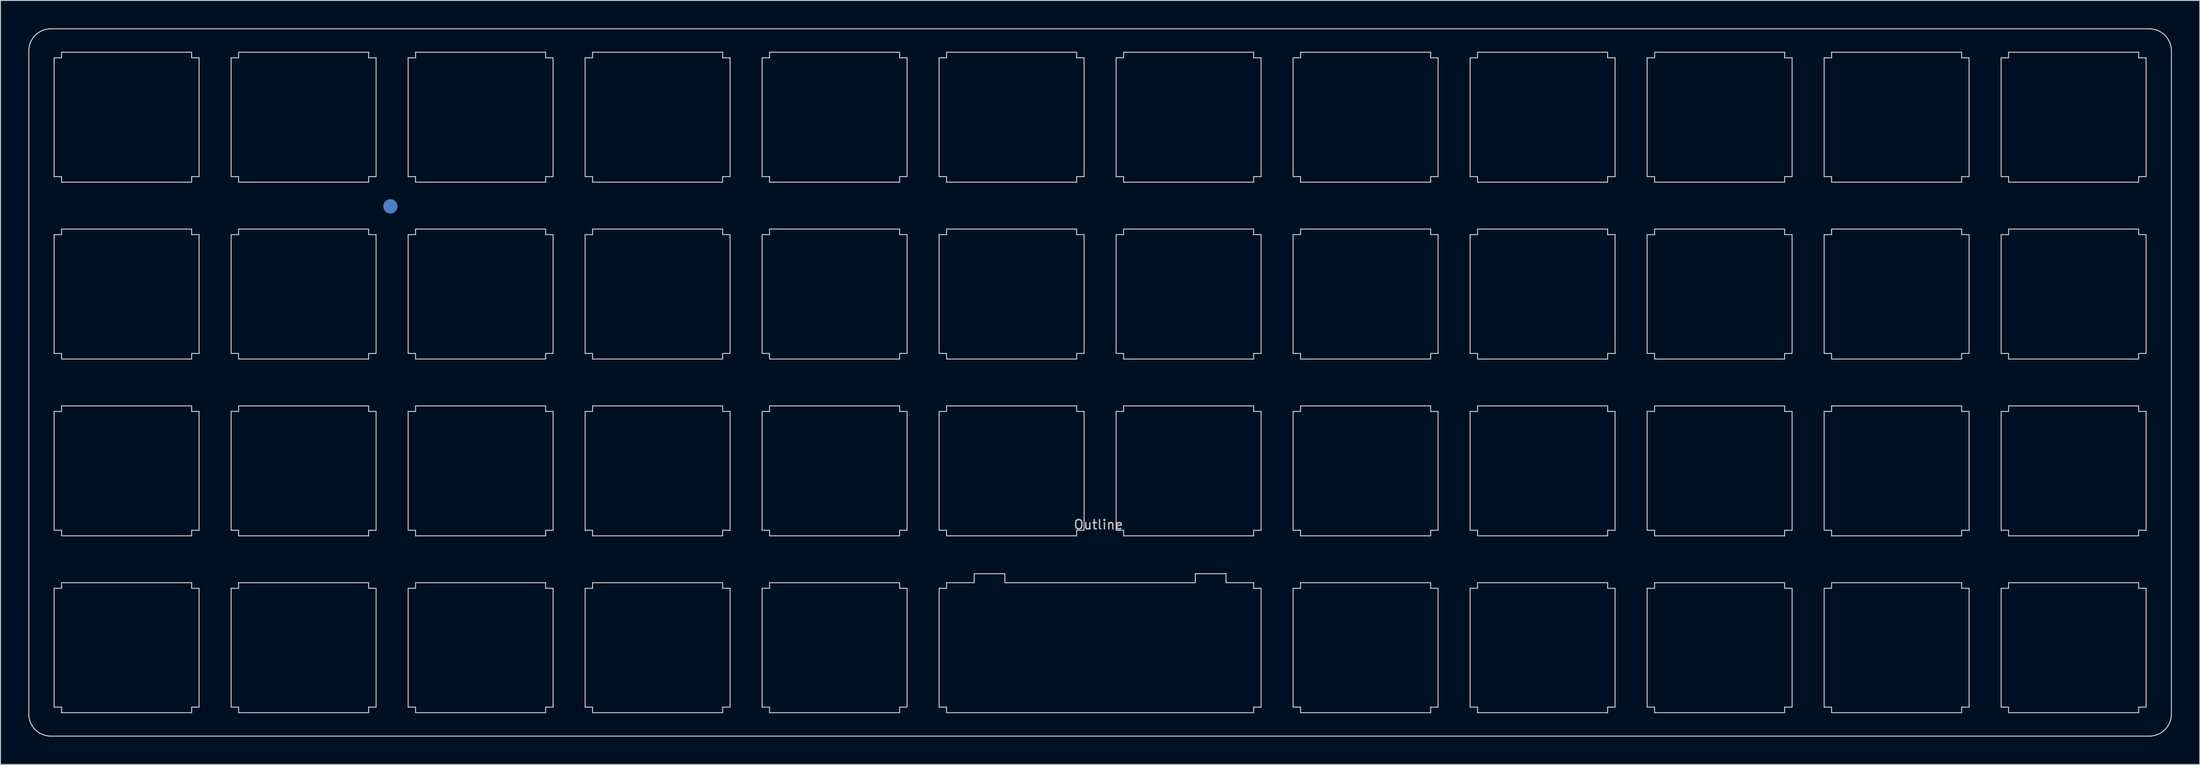
<source format=kicad_pcb>
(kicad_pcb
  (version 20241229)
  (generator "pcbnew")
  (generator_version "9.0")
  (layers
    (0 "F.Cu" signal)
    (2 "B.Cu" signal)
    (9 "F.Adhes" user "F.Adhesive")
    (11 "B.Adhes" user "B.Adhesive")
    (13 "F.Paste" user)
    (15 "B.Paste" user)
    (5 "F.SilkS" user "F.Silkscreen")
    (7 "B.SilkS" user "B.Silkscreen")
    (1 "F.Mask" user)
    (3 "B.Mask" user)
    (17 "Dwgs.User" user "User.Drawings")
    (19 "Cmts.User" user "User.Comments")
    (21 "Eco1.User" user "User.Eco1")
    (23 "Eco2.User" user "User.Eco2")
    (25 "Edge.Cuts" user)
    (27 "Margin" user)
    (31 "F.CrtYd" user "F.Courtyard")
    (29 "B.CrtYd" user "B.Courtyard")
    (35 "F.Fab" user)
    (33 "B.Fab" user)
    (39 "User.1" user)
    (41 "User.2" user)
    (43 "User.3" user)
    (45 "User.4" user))
  (footprint "Outline"
    (layer "F.Cu")
    (at 115.17 38.227)
    (property "Reference" "Outline" (at 0 15.24 0) (layer "Dwgs.User") (effects (font (size 1 1) (thickness 0.15))))
    (attr through_hole)
    (fp_line (start -115.12 35.644) (end -115.119 -35.796) (stroke (width 0.1) (type solid)) (layer "Edge.Cuts"))
    (fp_line (start -115.119 -35.796) (end -115.112 -35.984) (stroke (width 0.1) (type solid)) (layer "Edge.Cuts"))
    (fp_line (start -115.112 -35.984) (end -115.09 -36.17) (stroke (width 0.1) (type solid)) (layer "Edge.Cuts"))
    (fp_line (start -115.112 35.83) (end -115.12 35.644) (stroke (width 0.1) (type solid)) (layer "Edge.Cuts"))
    (fp_line (start -115.09 -36.17) (end -115.054 -36.353) (stroke (width 0.1) (type solid)) (layer "Edge.Cuts"))
    (fp_line (start -115.09 36.016) (end -115.112 35.83) (stroke (width 0.1) (type solid)) (layer "Edge.Cuts"))
    (fp_line (start -115.054 -36.353) (end -115.003 -36.532) (stroke (width 0.1) (type solid)) (layer "Edge.Cuts"))
    (fp_line (start -115.054 36.199) (end -115.09 36.016) (stroke (width 0.1) (type solid)) (layer "Edge.Cuts"))
    (fp_line (start -115.003 -36.532) (end -114.938 -36.707) (stroke (width 0.1) (type solid)) (layer "Edge.Cuts"))
    (fp_line (start -115.003 36.38) (end -115.054 36.199) (stroke (width 0.1) (type solid)) (layer "Edge.Cuts"))
    (fp_line (start -114.938 -36.707) (end -114.86 -36.878) (stroke (width 0.1) (type solid)) (layer "Edge.Cuts"))
    (fp_line (start -114.938 36.555) (end -115.003 36.38) (stroke (width 0.1) (type solid)) (layer "Edge.Cuts"))
    (fp_line (start -114.86 -36.878) (end -114.769 -37.041) (stroke (width 0.1) (type solid)) (layer "Edge.Cuts"))
    (fp_line (start -114.86 36.724) (end -114.938 36.555) (stroke (width 0.1) (type solid)) (layer "Edge.Cuts"))
    (fp_line (start -114.769 -37.041) (end -114.666 -37.195) (stroke (width 0.1) (type solid)) (layer "Edge.Cuts"))
    (fp_line (start -114.769 36.887) (end -114.86 36.724) (stroke (width 0.1) (type solid)) (layer "Edge.Cuts"))
    (fp_line (start -114.666 -37.195) (end -114.55 -37.342) (stroke (width 0.1) (type solid)) (layer "Edge.Cuts"))
    (fp_line (start -114.666 37.043) (end -114.769 36.887) (stroke (width 0.1) (type solid)) (layer "Edge.Cuts"))
    (fp_line (start -114.55 -37.342) (end -114.422 -37.479) (stroke (width 0.1) (type solid)) (layer "Edge.Cuts"))
    (fp_line (start -114.55 37.19) (end -114.666 37.043) (stroke (width 0.1) (type solid)) (layer "Edge.Cuts"))
    (fp_line (start -114.422 -37.479) (end -114.285 -37.607) (stroke (width 0.1) (type solid)) (layer "Edge.Cuts"))
    (fp_line (start -114.422 37.327) (end -114.55 37.19) (stroke (width 0.1) (type solid)) (layer "Edge.Cuts"))
    (fp_line (start -114.285 -37.607) (end -114.138 -37.722) (stroke (width 0.1) (type solid)) (layer "Edge.Cuts"))
    (fp_line (start -114.285 37.453) (end -114.422 37.327) (stroke (width 0.1) (type solid)) (layer "Edge.Cuts"))
    (fp_line (start -114.138 -37.722) (end -113.983 -37.826) (stroke (width 0.1) (type solid)) (layer "Edge.Cuts"))
    (fp_line (start -114.138 37.569) (end -114.285 37.453) (stroke (width 0.1) (type solid)) (layer "Edge.Cuts"))
    (fp_line (start -113.983 -37.826) (end -113.821 -37.917) (stroke (width 0.1) (type solid)) (layer "Edge.Cuts"))
    (fp_line (start -113.983 37.674) (end -114.138 37.569) (stroke (width 0.1) (type solid)) (layer "Edge.Cuts"))
    (fp_line (start -113.821 -37.917) (end -113.65 -37.996) (stroke (width 0.1) (type solid)) (layer "Edge.Cuts"))
    (fp_line (start -113.821 37.765) (end -113.983 37.674) (stroke (width 0.1) (type solid)) (layer "Edge.Cuts"))
    (fp_line (start -113.65 -37.996) (end -113.475 -38.06) (stroke (width 0.1) (type solid)) (layer "Edge.Cuts"))
    (fp_line (start -113.65 37.842) (end -113.821 37.765) (stroke (width 0.1) (type solid)) (layer "Edge.Cuts"))
    (fp_line (start -113.475 -38.06) (end -113.296 -38.111) (stroke (width 0.1) (type solid)) (layer "Edge.Cuts"))
    (fp_line (start -113.475 37.908) (end -113.65 37.842) (stroke (width 0.1) (type solid)) (layer "Edge.Cuts"))
    (fp_line (start -113.296 -38.111) (end -113.112 -38.147) (stroke (width 0.1) (type solid)) (layer "Edge.Cuts"))
    (fp_line (start -113.296 37.959) (end -113.475 37.908) (stroke (width 0.1) (type solid)) (layer "Edge.Cuts"))
    (fp_line (start -113.112 -38.147) (end -112.926 -38.169) (stroke (width 0.1) (type solid)) (layer "Edge.Cuts"))
    (fp_line (start -113.112 37.995) (end -113.296 37.959) (stroke (width 0.1) (type solid)) (layer "Edge.Cuts"))
    (fp_line (start -112.926 -38.169) (end -112.739 -38.177) (stroke (width 0.1) (type solid)) (layer "Edge.Cuts"))
    (fp_line (start -112.926 38.017) (end -113.112 37.995) (stroke (width 0.1) (type solid)) (layer "Edge.Cuts"))
    (fp_line (start -112.739 -38.177) (end 113.102 -38.176) (stroke (width 0.1) (type solid)) (layer "Edge.Cuts"))
    (fp_line (start -112.739 38.024) (end -112.926 38.017) (stroke (width 0.1) (type solid)) (layer "Edge.Cuts"))
    (fp_line (start -112.395 -35.052) (end -112.395 -22.251) (stroke (width 0.1) (type solid)) (layer "Edge.Cuts"))
    (fp_line (start -112.395 -22.251) (end -111.594 -22.251) (stroke (width 0.1) (type solid)) (layer "Edge.Cuts"))
    (fp_line (start -112.395 -16.002) (end -112.395 -3.201) (stroke (width 0.1) (type solid)) (layer "Edge.Cuts"))
    (fp_line (start -112.395 -3.201) (end -111.594 -3.201) (stroke (width 0.1) (type solid)) (layer "Edge.Cuts"))
    (fp_line (start -112.395 3.048) (end -112.395 15.849) (stroke (width 0.1) (type solid)) (layer "Edge.Cuts"))
    (fp_line (start -112.395 15.849) (end -111.594 15.849) (stroke (width 0.1) (type solid)) (layer "Edge.Cuts"))
    (fp_line (start -112.395 22.098) (end -112.395 34.899) (stroke (width 0.1) (type solid)) (layer "Edge.Cuts"))
    (fp_line (start -112.395 34.899) (end -111.594 34.899) (stroke (width 0.1) (type solid)) (layer "Edge.Cuts"))
    (fp_line (start -111.594 -35.651) (end -111.594 -35.052) (stroke (width 0.1) (type solid)) (layer "Edge.Cuts"))
    (fp_line (start -111.594 -35.052) (end -112.395 -35.052) (stroke (width 0.1) (type solid)) (layer "Edge.Cuts"))
    (fp_line (start -111.594 -22.251) (end -111.594 -21.652) (stroke (width 0.1) (type solid)) (layer "Edge.Cuts"))
    (fp_line (start -111.594 -21.652) (end -97.594 -21.652) (stroke (width 0.1) (type solid)) (layer "Edge.Cuts"))
    (fp_line (start -111.594 -16.601) (end -111.594 -16.002) (stroke (width 0.1) (type solid)) (layer "Edge.Cuts"))
    (fp_line (start -111.594 -16.002) (end -112.395 -16.002) (stroke (width 0.1) (type solid)) (layer "Edge.Cuts"))
    (fp_line (start -111.594 -3.201) (end -111.594 -2.602) (stroke (width 0.1) (type solid)) (layer "Edge.Cuts"))
    (fp_line (start -111.594 -2.602) (end -97.594 -2.602) (stroke (width 0.1) (type solid)) (layer "Edge.Cuts"))
    (fp_line (start -111.594 2.449) (end -111.594 3.048) (stroke (width 0.1) (type solid)) (layer "Edge.Cuts"))
    (fp_line (start -111.594 3.048) (end -112.395 3.048) (stroke (width 0.1) (type solid)) (layer "Edge.Cuts"))
    (fp_line (start -111.594 15.849) (end -111.594 16.448) (stroke (width 0.1) (type solid)) (layer "Edge.Cuts"))
    (fp_line (start -111.594 16.448) (end -97.594 16.448) (stroke (width 0.1) (type solid)) (layer "Edge.Cuts"))
    (fp_line (start -111.594 21.498) (end -111.594 22.098) (stroke (width 0.1) (type solid)) (layer "Edge.Cuts"))
    (fp_line (start -111.594 22.098) (end -112.395 22.098) (stroke (width 0.1) (type solid)) (layer "Edge.Cuts"))
    (fp_line (start -111.594 34.899) (end -111.594 35.498) (stroke (width 0.1) (type solid)) (layer "Edge.Cuts"))
    (fp_line (start -111.594 35.498) (end -97.594 35.498) (stroke (width 0.1) (type solid)) (layer "Edge.Cuts"))
    (fp_line (start -97.594 -35.651) (end -111.594 -35.651) (stroke (width 0.1) (type solid)) (layer "Edge.Cuts"))
    (fp_line (start -97.594 -35.052) (end -97.594 -35.651) (stroke (width 0.1) (type solid)) (layer "Edge.Cuts"))
    (fp_line (start -97.594 -22.251) (end -96.794 -22.251) (stroke (width 0.1) (type solid)) (layer "Edge.Cuts"))
    (fp_line (start -97.594 -21.652) (end -97.594 -22.251) (stroke (width 0.1) (type solid)) (layer "Edge.Cuts"))
    (fp_line (start -97.594 -16.601) (end -111.594 -16.601) (stroke (width 0.1) (type solid)) (layer "Edge.Cuts"))
    (fp_line (start -97.594 -16.002) (end -97.594 -16.601) (stroke (width 0.1) (type solid)) (layer "Edge.Cuts"))
    (fp_line (start -97.594 -3.201) (end -96.794 -3.201) (stroke (width 0.1) (type solid)) (layer "Edge.Cuts"))
    (fp_line (start -97.594 -2.602) (end -97.594 -3.201) (stroke (width 0.1) (type solid)) (layer "Edge.Cuts"))
    (fp_line (start -97.594 2.449) (end -111.594 2.449) (stroke (width 0.1) (type solid)) (layer "Edge.Cuts"))
    (fp_line (start -97.594 3.048) (end -97.594 2.449) (stroke (width 0.1) (type solid)) (layer "Edge.Cuts"))
    (fp_line (start -97.594 15.849) (end -96.794 15.849) (stroke (width 0.1) (type solid)) (layer "Edge.Cuts"))
    (fp_line (start -97.594 16.448) (end -97.594 15.849) (stroke (width 0.1) (type solid)) (layer "Edge.Cuts"))
    (fp_line (start -97.594 21.498) (end -111.594 21.498) (stroke (width 0.1) (type solid)) (layer "Edge.Cuts"))
    (fp_line (start -97.594 22.098) (end -97.594 21.498) (stroke (width 0.1) (type solid)) (layer "Edge.Cuts"))
    (fp_line (start -97.594 34.899) (end -96.794 34.899) (stroke (width 0.1) (type solid)) (layer "Edge.Cuts"))
    (fp_line (start -97.594 35.498) (end -97.594 34.899) (stroke (width 0.1) (type solid)) (layer "Edge.Cuts"))
    (fp_line (start -96.794 -35.052) (end -97.594 -35.052) (stroke (width 0.1) (type solid)) (layer "Edge.Cuts"))
    (fp_line (start -96.794 -22.251) (end -96.794 -35.052) (stroke (width 0.1) (type solid)) (layer "Edge.Cuts"))
    (fp_line (start -96.794 -16.002) (end -97.594 -16.002) (stroke (width 0.1) (type solid)) (layer "Edge.Cuts"))
    (fp_line (start -96.794 -3.201) (end -96.794 -16.002) (stroke (width 0.1) (type solid)) (layer "Edge.Cuts"))
    (fp_line (start -96.794 3.048) (end -97.594 3.048) (stroke (width 0.1) (type solid)) (layer "Edge.Cuts"))
    (fp_line (start -96.794 15.849) (end -96.794 3.048) (stroke (width 0.1) (type solid)) (layer "Edge.Cuts"))
    (fp_line (start -96.794 22.098) (end -97.594 22.098) (stroke (width 0.1) (type solid)) (layer "Edge.Cuts"))
    (fp_line (start -96.794 34.899) (end -96.794 22.098) (stroke (width 0.1) (type solid)) (layer "Edge.Cuts"))
    (fp_line (start -93.344 -35.052) (end -93.344 -22.251) (stroke (width 0.1) (type solid)) (layer "Edge.Cuts"))
    (fp_line (start -93.344 -22.251) (end -92.544 -22.251) (stroke (width 0.1) (type solid)) (layer "Edge.Cuts"))
    (fp_line (start -93.344 -16.002) (end -93.344 -3.201) (stroke (width 0.1) (type solid)) (layer "Edge.Cuts"))
    (fp_line (start -93.344 -3.201) (end -92.544 -3.201) (stroke (width 0.1) (type solid)) (layer "Edge.Cuts"))
    (fp_line (start -93.344 3.048) (end -93.344 15.849) (stroke (width 0.1) (type solid)) (layer "Edge.Cuts"))
    (fp_line (start -93.344 15.849) (end -92.544 15.849) (stroke (width 0.1) (type solid)) (layer "Edge.Cuts"))
    (fp_line (start -93.344 22.098) (end -93.344 34.899) (stroke (width 0.1) (type solid)) (layer "Edge.Cuts"))
    (fp_line (start -93.344 34.899) (end -92.544 34.899) (stroke (width 0.1) (type solid)) (layer "Edge.Cuts"))
    (fp_line (start -92.544 -35.651) (end -92.544 -35.052) (stroke (width 0.1) (type solid)) (layer "Edge.Cuts"))
    (fp_line (start -92.544 -35.052) (end -93.344 -35.052) (stroke (width 0.1) (type solid)) (layer "Edge.Cuts"))
    (fp_line (start -92.544 -22.251) (end -92.544 -21.652) (stroke (width 0.1) (type solid)) (layer "Edge.Cuts"))
    (fp_line (start -92.544 -21.652) (end -78.544 -21.652) (stroke (width 0.1) (type solid)) (layer "Edge.Cuts"))
    (fp_line (start -92.544 -16.601) (end -92.544 -16.002) (stroke (width 0.1) (type solid)) (layer "Edge.Cuts"))
    (fp_line (start -92.544 -16.002) (end -93.344 -16.002) (stroke (width 0.1) (type solid)) (layer "Edge.Cuts"))
    (fp_line (start -92.544 -3.201) (end -92.544 -2.602) (stroke (width 0.1) (type solid)) (layer "Edge.Cuts"))
    (fp_line (start -92.544 -2.602) (end -78.544 -2.602) (stroke (width 0.1) (type solid)) (layer "Edge.Cuts"))
    (fp_line (start -92.544 2.449) (end -92.544 3.048) (stroke (width 0.1) (type solid)) (layer "Edge.Cuts"))
    (fp_line (start -92.544 3.048) (end -93.344 3.048) (stroke (width 0.1) (type solid)) (layer "Edge.Cuts"))
    (fp_line (start -92.544 15.849) (end -92.544 16.448) (stroke (width 0.1) (type solid)) (layer "Edge.Cuts"))
    (fp_line (start -92.544 16.448) (end -78.544 16.448) (stroke (width 0.1) (type solid)) (layer "Edge.Cuts"))
    (fp_line (start -92.544 21.498) (end -92.544 22.098) (stroke (width 0.1) (type solid)) (layer "Edge.Cuts"))
    (fp_line (start -92.544 22.098) (end -93.344 22.098) (stroke (width 0.1) (type solid)) (layer "Edge.Cuts"))
    (fp_line (start -92.544 34.899) (end -92.544 35.498) (stroke (width 0.1) (type solid)) (layer "Edge.Cuts"))
    (fp_line (start -92.544 35.498) (end -78.544 35.498) (stroke (width 0.1) (type solid)) (layer "Edge.Cuts"))
    (fp_line (start -78.544 -35.651) (end -92.544 -35.651) (stroke (width 0.1) (type solid)) (layer "Edge.Cuts"))
    (fp_line (start -78.544 -35.052) (end -78.544 -35.651) (stroke (width 0.1) (type solid)) (layer "Edge.Cuts"))
    (fp_line (start -78.544 -22.251) (end -77.744 -22.251) (stroke (width 0.1) (type solid)) (layer "Edge.Cuts"))
    (fp_line (start -78.544 -21.652) (end -78.544 -22.251) (stroke (width 0.1) (type solid)) (layer "Edge.Cuts"))
    (fp_line (start -78.544 -16.601) (end -92.544 -16.601) (stroke (width 0.1) (type solid)) (layer "Edge.Cuts"))
    (fp_line (start -78.544 -16.002) (end -78.544 -16.601) (stroke (width 0.1) (type solid)) (layer "Edge.Cuts"))
    (fp_line (start -78.544 -3.201) (end -77.744 -3.201) (stroke (width 0.1) (type solid)) (layer "Edge.Cuts"))
    (fp_line (start -78.544 -2.602) (end -78.544 -3.201) (stroke (width 0.1) (type solid)) (layer "Edge.Cuts"))
    (fp_line (start -78.544 2.449) (end -92.544 2.449) (stroke (width 0.1) (type solid)) (layer "Edge.Cuts"))
    (fp_line (start -78.544 3.048) (end -78.544 2.449) (stroke (width 0.1) (type solid)) (layer "Edge.Cuts"))
    (fp_line (start -78.544 15.849) (end -77.744 15.849) (stroke (width 0.1) (type solid)) (layer "Edge.Cuts"))
    (fp_line (start -78.544 16.448) (end -78.544 15.849) (stroke (width 0.1) (type solid)) (layer "Edge.Cuts"))
    (fp_line (start -78.544 21.498) (end -92.544 21.498) (stroke (width 0.1) (type solid)) (layer "Edge.Cuts"))
    (fp_line (start -78.544 22.098) (end -78.544 21.498) (stroke (width 0.1) (type solid)) (layer "Edge.Cuts"))
    (fp_line (start -78.544 34.899) (end -77.744 34.899) (stroke (width 0.1) (type solid)) (layer "Edge.Cuts"))
    (fp_line (start -78.544 35.498) (end -78.544 34.899) (stroke (width 0.1) (type solid)) (layer "Edge.Cuts"))
    (fp_line (start -77.744 -35.052) (end -78.544 -35.052) (stroke (width 0.1) (type solid)) (layer "Edge.Cuts"))
    (fp_line (start -77.744 -22.251) (end -77.744 -35.052) (stroke (width 0.1) (type solid)) (layer "Edge.Cuts"))
    (fp_line (start -77.744 -16.002) (end -78.544 -16.002) (stroke (width 0.1) (type solid)) (layer "Edge.Cuts"))
    (fp_line (start -77.744 -3.201) (end -77.744 -16.002) (stroke (width 0.1) (type solid)) (layer "Edge.Cuts"))
    (fp_line (start -77.744 3.048) (end -78.544 3.048) (stroke (width 0.1) (type solid)) (layer "Edge.Cuts"))
    (fp_line (start -77.744 15.849) (end -77.744 3.048) (stroke (width 0.1) (type solid)) (layer "Edge.Cuts"))
    (fp_line (start -77.744 22.098) (end -78.544 22.098) (stroke (width 0.1) (type solid)) (layer "Edge.Cuts"))
    (fp_line (start -77.744 34.899) (end -77.744 22.098) (stroke (width 0.1) (type solid)) (layer "Edge.Cuts"))
    (fp_line (start -74.295 -35.052) (end -74.295 -22.251) (stroke (width 0.1) (type solid)) (layer "Edge.Cuts"))
    (fp_line (start -74.295 -22.251) (end -73.494 -22.251) (stroke (width 0.1) (type solid)) (layer "Edge.Cuts"))
    (fp_line (start -74.295 -16.002) (end -74.295 -3.201) (stroke (width 0.1) (type solid)) (layer "Edge.Cuts"))
    (fp_line (start -74.295 -3.201) (end -73.494 -3.201) (stroke (width 0.1) (type solid)) (layer "Edge.Cuts"))
    (fp_line (start -74.295 3.048) (end -74.295 15.849) (stroke (width 0.1) (type solid)) (layer "Edge.Cuts"))
    (fp_line (start -74.295 15.849) (end -73.494 15.849) (stroke (width 0.1) (type solid)) (layer "Edge.Cuts"))
    (fp_line (start -74.295 22.098) (end -74.295 34.899) (stroke (width 0.1) (type solid)) (layer "Edge.Cuts"))
    (fp_line (start -74.295 34.899) (end -73.494 34.899) (stroke (width 0.1) (type solid)) (layer "Edge.Cuts"))
    (fp_line (start -73.494 -35.651) (end -73.494 -35.052) (stroke (width 0.1) (type solid)) (layer "Edge.Cuts"))
    (fp_line (start -73.494 -35.052) (end -74.295 -35.052) (stroke (width 0.1) (type solid)) (layer "Edge.Cuts"))
    (fp_line (start -73.494 -22.251) (end -73.494 -21.652) (stroke (width 0.1) (type solid)) (layer "Edge.Cuts"))
    (fp_line (start -73.494 -21.652) (end -59.495 -21.652) (stroke (width 0.1) (type solid)) (layer "Edge.Cuts"))
    (fp_line (start -73.494 -16.601) (end -73.494 -16.002) (stroke (width 0.1) (type solid)) (layer "Edge.Cuts"))
    (fp_line (start -73.494 -16.002) (end -74.295 -16.002) (stroke (width 0.1) (type solid)) (layer "Edge.Cuts"))
    (fp_line (start -73.494 -3.201) (end -73.494 -2.602) (stroke (width 0.1) (type solid)) (layer "Edge.Cuts"))
    (fp_line (start -73.494 -2.602) (end -59.495 -2.602) (stroke (width 0.1) (type solid)) (layer "Edge.Cuts"))
    (fp_line (start -73.494 2.449) (end -73.494 3.048) (stroke (width 0.1) (type solid)) (layer "Edge.Cuts"))
    (fp_line (start -73.494 3.048) (end -74.295 3.048) (stroke (width 0.1) (type solid)) (layer "Edge.Cuts"))
    (fp_line (start -73.494 15.849) (end -73.494 16.448) (stroke (width 0.1) (type solid)) (layer "Edge.Cuts"))
    (fp_line (start -73.494 16.448) (end -59.495 16.448) (stroke (width 0.1) (type solid)) (layer "Edge.Cuts"))
    (fp_line (start -73.494 21.498) (end -73.494 22.098) (stroke (width 0.1) (type solid)) (layer "Edge.Cuts"))
    (fp_line (start -73.494 22.098) (end -74.295 22.098) (stroke (width 0.1) (type solid)) (layer "Edge.Cuts"))
    (fp_line (start -73.494 34.899) (end -73.494 35.498) (stroke (width 0.1) (type solid)) (layer "Edge.Cuts"))
    (fp_line (start -73.494 35.498) (end -59.495 35.498) (stroke (width 0.1) (type solid)) (layer "Edge.Cuts"))
    (fp_line (start -59.495 -35.651) (end -73.494 -35.651) (stroke (width 0.1) (type solid)) (layer "Edge.Cuts"))
    (fp_line (start -59.495 -35.052) (end -59.495 -35.651) (stroke (width 0.1) (type solid)) (layer "Edge.Cuts"))
    (fp_line (start -59.495 -22.251) (end -58.694 -22.251) (stroke (width 0.1) (type solid)) (layer "Edge.Cuts"))
    (fp_line (start -59.495 -21.652) (end -59.495 -22.251) (stroke (width 0.1) (type solid)) (layer "Edge.Cuts"))
    (fp_line (start -59.495 -16.601) (end -73.494 -16.601) (stroke (width 0.1) (type solid)) (layer "Edge.Cuts"))
    (fp_line (start -59.495 -16.002) (end -59.495 -16.601) (stroke (width 0.1) (type solid)) (layer "Edge.Cuts"))
    (fp_line (start -59.495 -3.201) (end -58.694 -3.201) (stroke (width 0.1) (type solid)) (layer "Edge.Cuts"))
    (fp_line (start -59.495 -2.602) (end -59.495 -3.201) (stroke (width 0.1) (type solid)) (layer "Edge.Cuts"))
    (fp_line (start -59.495 2.449) (end -73.494 2.449) (stroke (width 0.1) (type solid)) (layer "Edge.Cuts"))
    (fp_line (start -59.495 3.048) (end -59.495 2.449) (stroke (width 0.1) (type solid)) (layer "Edge.Cuts"))
    (fp_line (start -59.495 15.849) (end -58.694 15.849) (stroke (width 0.1) (type solid)) (layer "Edge.Cuts"))
    (fp_line (start -59.495 16.448) (end -59.495 15.849) (stroke (width 0.1) (type solid)) (layer "Edge.Cuts"))
    (fp_line (start -59.495 21.498) (end -73.494 21.498) (stroke (width 0.1) (type solid)) (layer "Edge.Cuts"))
    (fp_line (start -59.495 22.098) (end -59.495 21.498) (stroke (width 0.1) (type solid)) (layer "Edge.Cuts"))
    (fp_line (start -59.495 34.899) (end -58.694 34.899) (stroke (width 0.1) (type solid)) (layer "Edge.Cuts"))
    (fp_line (start -59.495 35.498) (end -59.495 34.899) (stroke (width 0.1) (type solid)) (layer "Edge.Cuts"))
    (fp_line (start -58.694 -35.052) (end -59.495 -35.052) (stroke (width 0.1) (type solid)) (layer "Edge.Cuts"))
    (fp_line (start -58.694 -22.251) (end -58.694 -35.052) (stroke (width 0.1) (type solid)) (layer "Edge.Cuts"))
    (fp_line (start -58.694 -16.002) (end -59.495 -16.002) (stroke (width 0.1) (type solid)) (layer "Edge.Cuts"))
    (fp_line (start -58.694 -3.201) (end -58.694 -16.002) (stroke (width 0.1) (type solid)) (layer "Edge.Cuts"))
    (fp_line (start -58.694 3.048) (end -59.495 3.048) (stroke (width 0.1) (type solid)) (layer "Edge.Cuts"))
    (fp_line (start -58.694 15.849) (end -58.694 3.048) (stroke (width 0.1) (type solid)) (layer "Edge.Cuts"))
    (fp_line (start -58.694 22.098) (end -59.495 22.098) (stroke (width 0.1) (type solid)) (layer "Edge.Cuts"))
    (fp_line (start -58.694 34.899) (end -58.694 22.098) (stroke (width 0.1) (type solid)) (layer "Edge.Cuts"))
    (fp_line (start -55.245 -35.052) (end -55.245 -22.251) (stroke (width 0.1) (type solid)) (layer "Edge.Cuts"))
    (fp_line (start -55.245 -22.251) (end -54.444 -22.251) (stroke (width 0.1) (type solid)) (layer "Edge.Cuts"))
    (fp_line (start -55.245 -16.002) (end -55.245 -3.201) (stroke (width 0.1) (type solid)) (layer "Edge.Cuts"))
    (fp_line (start -55.245 -3.201) (end -54.444 -3.201) (stroke (width 0.1) (type solid)) (layer "Edge.Cuts"))
    (fp_line (start -55.245 3.048) (end -55.245 15.849) (stroke (width 0.1) (type solid)) (layer "Edge.Cuts"))
    (fp_line (start -55.245 15.849) (end -54.444 15.849) (stroke (width 0.1) (type solid)) (layer "Edge.Cuts"))
    (fp_line (start -55.245 22.098) (end -55.245 34.899) (stroke (width 0.1) (type solid)) (layer "Edge.Cuts"))
    (fp_line (start -55.245 34.899) (end -54.444 34.899) (stroke (width 0.1) (type solid)) (layer "Edge.Cuts"))
    (fp_line (start -54.444 -35.651) (end -54.444 -35.052) (stroke (width 0.1) (type solid)) (layer "Edge.Cuts"))
    (fp_line (start -54.444 -35.052) (end -55.245 -35.052) (stroke (width 0.1) (type solid)) (layer "Edge.Cuts"))
    (fp_line (start -54.444 -22.251) (end -54.444 -21.652) (stroke (width 0.1) (type solid)) (layer "Edge.Cuts"))
    (fp_line (start -54.444 -21.652) (end -40.444 -21.652) (stroke (width 0.1) (type solid)) (layer "Edge.Cuts"))
    (fp_line (start -54.444 -16.601) (end -54.444 -16.002) (stroke (width 0.1) (type solid)) (layer "Edge.Cuts"))
    (fp_line (start -54.444 -16.002) (end -55.245 -16.002) (stroke (width 0.1) (type solid)) (layer "Edge.Cuts"))
    (fp_line (start -54.444 -3.201) (end -54.444 -2.602) (stroke (width 0.1) (type solid)) (layer "Edge.Cuts"))
    (fp_line (start -54.444 -2.602) (end -40.444 -2.602) (stroke (width 0.1) (type solid)) (layer "Edge.Cuts"))
    (fp_line (start -54.444 2.449) (end -54.444 3.048) (stroke (width 0.1) (type solid)) (layer "Edge.Cuts"))
    (fp_line (start -54.444 3.048) (end -55.245 3.048) (stroke (width 0.1) (type solid)) (layer "Edge.Cuts"))
    (fp_line (start -54.444 15.849) (end -54.444 16.448) (stroke (width 0.1) (type solid)) (layer "Edge.Cuts"))
    (fp_line (start -54.444 16.448) (end -40.444 16.448) (stroke (width 0.1) (type solid)) (layer "Edge.Cuts"))
    (fp_line (start -54.444 21.498) (end -54.444 22.098) (stroke (width 0.1) (type solid)) (layer "Edge.Cuts"))
    (fp_line (start -54.444 22.098) (end -55.245 22.098) (stroke (width 0.1) (type solid)) (layer "Edge.Cuts"))
    (fp_line (start -54.444 34.899) (end -54.444 35.498) (stroke (width 0.1) (type solid)) (layer "Edge.Cuts"))
    (fp_line (start -54.444 35.498) (end -40.444 35.498) (stroke (width 0.1) (type solid)) (layer "Edge.Cuts"))
    (fp_line (start -40.444 -35.651) (end -54.444 -35.651) (stroke (width 0.1) (type solid)) (layer "Edge.Cuts"))
    (fp_line (start -40.444 -35.052) (end -40.444 -35.651) (stroke (width 0.1) (type solid)) (layer "Edge.Cuts"))
    (fp_line (start -40.444 -22.251) (end -39.644 -22.251) (stroke (width 0.1) (type solid)) (layer "Edge.Cuts"))
    (fp_line (start -40.444 -21.652) (end -40.444 -22.251) (stroke (width 0.1) (type solid)) (layer "Edge.Cuts"))
    (fp_line (start -40.444 -16.601) (end -54.444 -16.601) (stroke (width 0.1) (type solid)) (layer "Edge.Cuts"))
    (fp_line (start -40.444 -16.002) (end -40.444 -16.601) (stroke (width 0.1) (type solid)) (layer "Edge.Cuts"))
    (fp_line (start -40.444 -3.201) (end -39.644 -3.201) (stroke (width 0.1) (type solid)) (layer "Edge.Cuts"))
    (fp_line (start -40.444 -2.602) (end -40.444 -3.201) (stroke (width 0.1) (type solid)) (layer "Edge.Cuts"))
    (fp_line (start -40.444 2.449) (end -54.444 2.449) (stroke (width 0.1) (type solid)) (layer "Edge.Cuts"))
    (fp_line (start -40.444 3.048) (end -40.444 2.449) (stroke (width 0.1) (type solid)) (layer "Edge.Cuts"))
    (fp_line (start -40.444 15.849) (end -39.644 15.849) (stroke (width 0.1) (type solid)) (layer "Edge.Cuts"))
    (fp_line (start -40.444 16.448) (end -40.444 15.849) (stroke (width 0.1) (type solid)) (layer "Edge.Cuts"))
    (fp_line (start -40.444 21.498) (end -54.444 21.498) (stroke (width 0.1) (type solid)) (layer "Edge.Cuts"))
    (fp_line (start -40.444 22.098) (end -40.444 21.498) (stroke (width 0.1) (type solid)) (layer "Edge.Cuts"))
    (fp_line (start -40.444 34.899) (end -39.644 34.899) (stroke (width 0.1) (type solid)) (layer "Edge.Cuts"))
    (fp_line (start -40.444 35.498) (end -40.444 34.899) (stroke (width 0.1) (type solid)) (layer "Edge.Cuts"))
    (fp_line (start -39.644 -35.052) (end -40.444 -35.052) (stroke (width 0.1) (type solid)) (layer "Edge.Cuts"))
    (fp_line (start -39.644 -22.251) (end -39.644 -35.052) (stroke (width 0.1) (type solid)) (layer "Edge.Cuts"))
    (fp_line (start -39.644 -16.002) (end -40.444 -16.002) (stroke (width 0.1) (type solid)) (layer "Edge.Cuts"))
    (fp_line (start -39.644 -3.201) (end -39.644 -16.002) (stroke (width 0.1) (type solid)) (layer "Edge.Cuts"))
    (fp_line (start -39.644 3.048) (end -40.444 3.048) (stroke (width 0.1) (type solid)) (layer "Edge.Cuts"))
    (fp_line (start -39.644 15.849) (end -39.644 3.048) (stroke (width 0.1) (type solid)) (layer "Edge.Cuts"))
    (fp_line (start -39.644 22.098) (end -40.444 22.098) (stroke (width 0.1) (type solid)) (layer "Edge.Cuts"))
    (fp_line (start -39.644 34.899) (end -39.644 22.098) (stroke (width 0.1) (type solid)) (layer "Edge.Cuts"))
    (fp_line (start -36.195 -35.052) (end -36.195 -22.251) (stroke (width 0.1) (type solid)) (layer "Edge.Cuts"))
    (fp_line (start -36.195 -22.251) (end -35.394 -22.251) (stroke (width 0.1) (type solid)) (layer "Edge.Cuts"))
    (fp_line (start -36.195 -16.002) (end -36.195 -3.201) (stroke (width 0.1) (type solid)) (layer "Edge.Cuts"))
    (fp_line (start -36.195 -3.201) (end -35.394 -3.201) (stroke (width 0.1) (type solid)) (layer "Edge.Cuts"))
    (fp_line (start -36.195 3.048) (end -36.195 15.849) (stroke (width 0.1) (type solid)) (layer "Edge.Cuts"))
    (fp_line (start -36.195 15.849) (end -35.394 15.849) (stroke (width 0.1) (type solid)) (layer "Edge.Cuts"))
    (fp_line (start -36.195 22.098) (end -36.195 34.899) (stroke (width 0.1) (type solid)) (layer "Edge.Cuts"))
    (fp_line (start -36.195 34.899) (end -35.394 34.899) (stroke (width 0.1) (type solid)) (layer "Edge.Cuts"))
    (fp_line (start -35.394 -35.651) (end -35.394 -35.052) (stroke (width 0.1) (type solid)) (layer "Edge.Cuts"))
    (fp_line (start -35.394 -35.052) (end -36.195 -35.052) (stroke (width 0.1) (type solid)) (layer "Edge.Cuts"))
    (fp_line (start -35.394 -22.251) (end -35.394 -21.652) (stroke (width 0.1) (type solid)) (layer "Edge.Cuts"))
    (fp_line (start -35.394 -21.652) (end -21.395 -21.652) (stroke (width 0.1) (type solid)) (layer "Edge.Cuts"))
    (fp_line (start -35.394 -16.601) (end -35.394 -16.002) (stroke (width 0.1) (type solid)) (layer "Edge.Cuts"))
    (fp_line (start -35.394 -16.002) (end -36.195 -16.002) (stroke (width 0.1) (type solid)) (layer "Edge.Cuts"))
    (fp_line (start -35.394 -3.201) (end -35.394 -2.602) (stroke (width 0.1) (type solid)) (layer "Edge.Cuts"))
    (fp_line (start -35.394 -2.602) (end -21.395 -2.602) (stroke (width 0.1) (type solid)) (layer "Edge.Cuts"))
    (fp_line (start -35.394 2.449) (end -35.394 3.048) (stroke (width 0.1) (type solid)) (layer "Edge.Cuts"))
    (fp_line (start -35.394 3.048) (end -36.195 3.048) (stroke (width 0.1) (type solid)) (layer "Edge.Cuts"))
    (fp_line (start -35.394 15.849) (end -35.394 16.448) (stroke (width 0.1) (type solid)) (layer "Edge.Cuts"))
    (fp_line (start -35.394 16.448) (end -21.395 16.448) (stroke (width 0.1) (type solid)) (layer "Edge.Cuts"))
    (fp_line (start -35.394 21.498) (end -35.394 22.098) (stroke (width 0.1) (type solid)) (layer "Edge.Cuts"))
    (fp_line (start -35.394 22.098) (end -36.195 22.098) (stroke (width 0.1) (type solid)) (layer "Edge.Cuts"))
    (fp_line (start -35.394 34.899) (end -35.394 35.498) (stroke (width 0.1) (type solid)) (layer "Edge.Cuts"))
    (fp_line (start -35.394 35.498) (end -21.395 35.498) (stroke (width 0.1) (type solid)) (layer "Edge.Cuts"))
    (fp_line (start -21.395 -35.651) (end -35.394 -35.651) (stroke (width 0.1) (type solid)) (layer "Edge.Cuts"))
    (fp_line (start -21.395 -35.052) (end -21.395 -35.651) (stroke (width 0.1) (type solid)) (layer "Edge.Cuts"))
    (fp_line (start -21.395 -22.251) (end -20.595 -22.251) (stroke (width 0.1) (type solid)) (layer "Edge.Cuts"))
    (fp_line (start -21.395 -21.652) (end -21.395 -22.251) (stroke (width 0.1) (type solid)) (layer "Edge.Cuts"))
    (fp_line (start -21.395 -16.601) (end -35.394 -16.601) (stroke (width 0.1) (type solid)) (layer "Edge.Cuts"))
    (fp_line (start -21.395 -16.002) (end -21.395 -16.601) (stroke (width 0.1) (type solid)) (layer "Edge.Cuts"))
    (fp_line (start -21.395 -3.201) (end -20.595 -3.201) (stroke (width 0.1) (type solid)) (layer "Edge.Cuts"))
    (fp_line (start -21.395 -2.602) (end -21.395 -3.201) (stroke (width 0.1) (type solid)) (layer "Edge.Cuts"))
    (fp_line (start -21.395 2.449) (end -35.394 2.449) (stroke (width 0.1) (type solid)) (layer "Edge.Cuts"))
    (fp_line (start -21.395 3.048) (end -21.395 2.449) (stroke (width 0.1) (type solid)) (layer "Edge.Cuts"))
    (fp_line (start -21.395 15.849) (end -20.595 15.849) (stroke (width 0.1) (type solid)) (layer "Edge.Cuts"))
    (fp_line (start -21.395 16.448) (end -21.395 15.849) (stroke (width 0.1) (type solid)) (layer "Edge.Cuts"))
    (fp_line (start -21.395 21.498) (end -35.394 21.498) (stroke (width 0.1) (type solid)) (layer "Edge.Cuts"))
    (fp_line (start -21.395 22.098) (end -21.395 21.498) (stroke (width 0.1) (type solid)) (layer "Edge.Cuts"))
    (fp_line (start -21.395 34.899) (end -20.595 34.899) (stroke (width 0.1) (type solid)) (layer "Edge.Cuts"))
    (fp_line (start -21.395 35.498) (end -21.395 34.899) (stroke (width 0.1) (type solid)) (layer "Edge.Cuts"))
    (fp_line (start -20.595 -35.052) (end -21.395 -35.052) (stroke (width 0.1) (type solid)) (layer "Edge.Cuts"))
    (fp_line (start -20.595 -22.251) (end -20.595 -35.052) (stroke (width 0.1) (type solid)) (layer "Edge.Cuts"))
    (fp_line (start -20.595 -16.002) (end -21.395 -16.002) (stroke (width 0.1) (type solid)) (layer "Edge.Cuts"))
    (fp_line (start -20.595 -3.201) (end -20.595 -16.002) (stroke (width 0.1) (type solid)) (layer "Edge.Cuts"))
    (fp_line (start -20.595 3.048) (end -21.395 3.048) (stroke (width 0.1) (type solid)) (layer "Edge.Cuts"))
    (fp_line (start -20.595 15.849) (end -20.595 3.048) (stroke (width 0.1) (type solid)) (layer "Edge.Cuts"))
    (fp_line (start -20.595 22.098) (end -21.395 22.098) (stroke (width 0.1) (type solid)) (layer "Edge.Cuts"))
    (fp_line (start -20.595 34.899) (end -20.595 22.098) (stroke (width 0.1) (type solid)) (layer "Edge.Cuts"))
    (fp_line (start -17.145 -35.052) (end -17.145 -22.251) (stroke (width 0.1) (type solid)) (layer "Edge.Cuts"))
    (fp_line (start -17.145 -22.251) (end -16.345 -22.251) (stroke (width 0.1) (type solid)) (layer "Edge.Cuts"))
    (fp_line (start -17.145 -16.002) (end -17.145 -3.201) (stroke (width 0.1) (type solid)) (layer "Edge.Cuts"))
    (fp_line (start -17.145 -3.201) (end -16.345 -3.201) (stroke (width 0.1) (type solid)) (layer "Edge.Cuts"))
    (fp_line (start -17.145 3.048) (end -17.145 15.849) (stroke (width 0.1) (type solid)) (layer "Edge.Cuts"))
    (fp_line (start -17.145 15.849) (end -16.345 15.849) (stroke (width 0.1) (type solid)) (layer "Edge.Cuts"))
    (fp_line (start -17.145 22.098) (end -17.145 34.899) (stroke (width 0.1) (type solid)) (layer "Edge.Cuts"))
    (fp_line (start -17.145 34.899) (end -16.345 34.899) (stroke (width 0.1) (type solid)) (layer "Edge.Cuts"))
    (fp_line (start -16.345 -35.651) (end -16.345 -35.052) (stroke (width 0.1) (type solid)) (layer "Edge.Cuts"))
    (fp_line (start -16.345 -35.052) (end -17.145 -35.052) (stroke (width 0.1) (type solid)) (layer "Edge.Cuts"))
    (fp_line (start -16.345 -22.251) (end -16.345 -21.652) (stroke (width 0.1) (type solid)) (layer "Edge.Cuts"))
    (fp_line (start -16.345 -21.652) (end -2.346 -21.652) (stroke (width 0.1) (type solid)) (layer "Edge.Cuts"))
    (fp_line (start -16.345 -16.601) (end -16.345 -16.002) (stroke (width 0.1) (type solid)) (layer "Edge.Cuts"))
    (fp_line (start -16.345 -16.002) (end -17.145 -16.002) (stroke (width 0.1) (type solid)) (layer "Edge.Cuts"))
    (fp_line (start -16.345 -3.201) (end -16.345 -2.602) (stroke (width 0.1) (type solid)) (layer "Edge.Cuts"))
    (fp_line (start -16.345 -2.602) (end -2.346 -2.602) (stroke (width 0.1) (type solid)) (layer "Edge.Cuts"))
    (fp_line (start -16.345 2.449) (end -16.345 3.048) (stroke (width 0.1) (type solid)) (layer "Edge.Cuts"))
    (fp_line (start -16.345 3.048) (end -17.145 3.048) (stroke (width 0.1) (type solid)) (layer "Edge.Cuts"))
    (fp_line (start -16.345 15.849) (end -16.345 16.448) (stroke (width 0.1) (type solid)) (layer "Edge.Cuts"))
    (fp_line (start -16.345 16.448) (end -2.346 16.448) (stroke (width 0.1) (type solid)) (layer "Edge.Cuts"))
    (fp_line (start -16.345 21.498) (end -16.345 22.098) (stroke (width 0.1) (type solid)) (layer "Edge.Cuts"))
    (fp_line (start -16.345 22.098) (end -17.145 22.098) (stroke (width 0.1) (type solid)) (layer "Edge.Cuts"))
    (fp_line (start -16.345 34.899) (end -16.345 35.498) (stroke (width 0.1) (type solid)) (layer "Edge.Cuts"))
    (fp_line (start -16.345 35.498) (end 16.705 35.498) (stroke (width 0.1) (type solid)) (layer "Edge.Cuts"))
    (fp_line (start -13.369 20.528) (end -13.369 21.498) (stroke (width 0.1) (type solid)) (layer "Edge.Cuts"))
    (fp_line (start -13.369 21.498) (end -16.345 21.498) (stroke (width 0.1) (type solid)) (layer "Edge.Cuts"))
    (fp_line (start -10.07 20.528) (end -13.369 20.528) (stroke (width 0.1) (type solid)) (layer "Edge.Cuts"))
    (fp_line (start -10.07 21.498) (end -10.07 20.528) (stroke (width 0.1) (type solid)) (layer "Edge.Cuts"))
    (fp_line (start -2.346 -35.651) (end -16.345 -35.651) (stroke (width 0.1) (type solid)) (layer "Edge.Cuts"))
    (fp_line (start -2.346 -35.052) (end -2.346 -35.651) (stroke (width 0.1) (type solid)) (layer "Edge.Cuts"))
    (fp_line (start -2.346 -22.251) (end -1.545 -22.251) (stroke (width 0.1) (type solid)) (layer "Edge.Cuts"))
    (fp_line (start -2.346 -21.652) (end -2.346 -22.251) (stroke (width 0.1) (type solid)) (layer "Edge.Cuts"))
    (fp_line (start -2.346 -16.601) (end -16.345 -16.601) (stroke (width 0.1) (type solid)) (layer "Edge.Cuts"))
    (fp_line (start -2.346 -16.002) (end -2.346 -16.601) (stroke (width 0.1) (type solid)) (layer "Edge.Cuts"))
    (fp_line (start -2.346 -3.201) (end -1.545 -3.201) (stroke (width 0.1) (type solid)) (layer "Edge.Cuts"))
    (fp_line (start -2.346 -2.602) (end -2.346 -3.201) (stroke (width 0.1) (type solid)) (layer "Edge.Cuts"))
    (fp_line (start -2.346 2.449) (end -16.345 2.449) (stroke (width 0.1) (type solid)) (layer "Edge.Cuts"))
    (fp_line (start -2.346 3.048) (end -2.346 2.449) (stroke (width 0.1) (type solid)) (layer "Edge.Cuts"))
    (fp_line (start -2.346 15.849) (end -1.545 15.849) (stroke (width 0.1) (type solid)) (layer "Edge.Cuts"))
    (fp_line (start -2.346 16.448) (end -2.346 15.849) (stroke (width 0.1) (type solid)) (layer "Edge.Cuts"))
    (fp_line (start -1.545 -35.052) (end -2.346 -35.052) (stroke (width 0.1) (type solid)) (layer "Edge.Cuts"))
    (fp_line (start -1.545 -22.251) (end -1.545 -35.052) (stroke (width 0.1) (type solid)) (layer "Edge.Cuts"))
    (fp_line (start -1.545 -16.002) (end -2.346 -16.002) (stroke (width 0.1) (type solid)) (layer "Edge.Cuts"))
    (fp_line (start -1.545 -3.201) (end -1.545 -16.002) (stroke (width 0.1) (type solid)) (layer "Edge.Cuts"))
    (fp_line (start -1.545 3.048) (end -2.346 3.048) (stroke (width 0.1) (type solid)) (layer "Edge.Cuts"))
    (fp_line (start -1.545 15.849) (end -1.545 3.048) (stroke (width 0.1) (type solid)) (layer "Edge.Cuts"))
    (fp_line (start 1.904 -35.052) (end 1.904 -22.251) (stroke (width 0.1) (type solid)) (layer "Edge.Cuts"))
    (fp_line (start 1.904 -22.251) (end 2.705 -22.251) (stroke (width 0.1) (type solid)) (layer "Edge.Cuts"))
    (fp_line (start 1.904 -16.002) (end 1.904 -3.201) (stroke (width 0.1) (type solid)) (layer "Edge.Cuts"))
    (fp_line (start 1.904 -3.201) (end 2.705 -3.201) (stroke (width 0.1) (type solid)) (layer "Edge.Cuts"))
    (fp_line (start 1.904 3.048) (end 1.904 15.849) (stroke (width 0.1) (type solid)) (layer "Edge.Cuts"))
    (fp_line (start 1.904 15.849) (end 2.705 15.849) (stroke (width 0.1) (type solid)) (layer "Edge.Cuts"))
    (fp_line (start 2.705 -35.651) (end 2.705 -35.052) (stroke (width 0.1) (type solid)) (layer "Edge.Cuts"))
    (fp_line (start 2.705 -35.052) (end 1.904 -35.052) (stroke (width 0.1) (type solid)) (layer "Edge.Cuts"))
    (fp_line (start 2.705 -22.251) (end 2.705 -21.652) (stroke (width 0.1) (type solid)) (layer "Edge.Cuts"))
    (fp_line (start 2.705 -21.652) (end 16.705 -21.652) (stroke (width 0.1) (type solid)) (layer "Edge.Cuts"))
    (fp_line (start 2.705 -16.601) (end 2.705 -16.002) (stroke (width 0.1) (type solid)) (layer "Edge.Cuts"))
    (fp_line (start 2.705 -16.002) (end 1.904 -16.002) (stroke (width 0.1) (type solid)) (layer "Edge.Cuts"))
    (fp_line (start 2.705 -3.201) (end 2.705 -2.602) (stroke (width 0.1) (type solid)) (layer "Edge.Cuts"))
    (fp_line (start 2.705 -2.602) (end 16.705 -2.602) (stroke (width 0.1) (type solid)) (layer "Edge.Cuts"))
    (fp_line (start 2.705 2.449) (end 2.705 3.048) (stroke (width 0.1) (type solid)) (layer "Edge.Cuts"))
    (fp_line (start 2.705 3.048) (end 1.904 3.048) (stroke (width 0.1) (type solid)) (layer "Edge.Cuts"))
    (fp_line (start 2.705 15.849) (end 2.705 16.448) (stroke (width 0.1) (type solid)) (layer "Edge.Cuts"))
    (fp_line (start 2.705 16.448) (end 16.705 16.448) (stroke (width 0.1) (type solid)) (layer "Edge.Cuts"))
    (fp_line (start 10.43 20.528) (end 10.431 21.498) (stroke (width 0.1) (type solid)) (layer "Edge.Cuts"))
    (fp_line (start 10.431 21.498) (end -10.07 21.498) (stroke (width 0.1) (type solid)) (layer "Edge.Cuts"))
    (fp_line (start 13.731 20.528) (end 10.43 20.528) (stroke (width 0.1) (type solid)) (layer "Edge.Cuts"))
    (fp_line (start 13.731 21.498) (end 13.731 20.528) (stroke (width 0.1) (type solid)) (layer "Edge.Cuts"))
    (fp_line (start 16.705 -35.651) (end 2.705 -35.651) (stroke (width 0.1) (type solid)) (layer "Edge.Cuts"))
    (fp_line (start 16.705 -35.052) (end 16.705 -35.651) (stroke (width 0.1) (type solid)) (layer "Edge.Cuts"))
    (fp_line (start 16.705 -22.251) (end 17.506 -22.251) (stroke (width 0.1) (type solid)) (layer "Edge.Cuts"))
    (fp_line (start 16.705 -21.652) (end 16.705 -22.251) (stroke (width 0.1) (type solid)) (layer "Edge.Cuts"))
    (fp_line (start 16.705 -16.601) (end 2.705 -16.601) (stroke (width 0.1) (type solid)) (layer "Edge.Cuts"))
    (fp_line (start 16.705 -16.002) (end 16.705 -16.601) (stroke (width 0.1) (type solid)) (layer "Edge.Cuts"))
    (fp_line (start 16.705 -3.201) (end 17.506 -3.201) (stroke (width 0.1) (type solid)) (layer "Edge.Cuts"))
    (fp_line (start 16.705 -2.602) (end 16.705 -3.201) (stroke (width 0.1) (type solid)) (layer "Edge.Cuts"))
    (fp_line (start 16.705 2.449) (end 2.705 2.449) (stroke (width 0.1) (type solid)) (layer "Edge.Cuts"))
    (fp_line (start 16.705 3.048) (end 16.705 2.449) (stroke (width 0.1) (type solid)) (layer "Edge.Cuts"))
    (fp_line (start 16.705 15.849) (end 17.506 15.849) (stroke (width 0.1) (type solid)) (layer "Edge.Cuts"))
    (fp_line (start 16.705 16.448) (end 16.705 15.849) (stroke (width 0.1) (type solid)) (layer "Edge.Cuts"))
    (fp_line (start 16.705 21.498) (end 13.731 21.498) (stroke (width 0.1) (type solid)) (layer "Edge.Cuts"))
    (fp_line (start 16.705 22.098) (end 16.705 21.498) (stroke (width 0.1) (type solid)) (layer "Edge.Cuts"))
    (fp_line (start 16.705 34.899) (end 17.506 34.899) (stroke (width 0.1) (type solid)) (layer "Edge.Cuts"))
    (fp_line (start 16.705 35.498) (end 16.705 34.899) (stroke (width 0.1) (type solid)) (layer "Edge.Cuts"))
    (fp_line (start 17.506 -35.052) (end 16.705 -35.052) (stroke (width 0.1) (type solid)) (layer "Edge.Cuts"))
    (fp_line (start 17.506 -22.251) (end 17.506 -35.052) (stroke (width 0.1) (type solid)) (layer "Edge.Cuts"))
    (fp_line (start 17.506 -16.002) (end 16.705 -16.002) (stroke (width 0.1) (type solid)) (layer "Edge.Cuts"))
    (fp_line (start 17.506 -3.201) (end 17.506 -16.002) (stroke (width 0.1) (type solid)) (layer "Edge.Cuts"))
    (fp_line (start 17.506 3.048) (end 16.705 3.048) (stroke (width 0.1) (type solid)) (layer "Edge.Cuts"))
    (fp_line (start 17.506 15.849) (end 17.506 3.048) (stroke (width 0.1) (type solid)) (layer "Edge.Cuts"))
    (fp_line (start 17.506 22.098) (end 16.705 22.098) (stroke (width 0.1) (type solid)) (layer "Edge.Cuts"))
    (fp_line (start 17.506 34.899) (end 17.506 22.098) (stroke (width 0.1) (type solid)) (layer "Edge.Cuts"))
    (fp_line (start 20.955 -35.052) (end 20.955 -22.251) (stroke (width 0.1) (type solid)) (layer "Edge.Cuts"))
    (fp_line (start 20.955 -22.251) (end 21.756 -22.251) (stroke (width 0.1) (type solid)) (layer "Edge.Cuts"))
    (fp_line (start 20.955 -16.002) (end 20.955 -3.201) (stroke (width 0.1) (type solid)) (layer "Edge.Cuts"))
    (fp_line (start 20.955 -3.201) (end 21.756 -3.201) (stroke (width 0.1) (type solid)) (layer "Edge.Cuts"))
    (fp_line (start 20.955 3.048) (end 20.955 15.849) (stroke (width 0.1) (type solid)) (layer "Edge.Cuts"))
    (fp_line (start 20.955 15.849) (end 21.756 15.849) (stroke (width 0.1) (type solid)) (layer "Edge.Cuts"))
    (fp_line (start 20.955 22.098) (end 20.955 34.899) (stroke (width 0.1) (type solid)) (layer "Edge.Cuts"))
    (fp_line (start 20.955 34.899) (end 21.756 34.899) (stroke (width 0.1) (type solid)) (layer "Edge.Cuts"))
    (fp_line (start 21.756 -35.651) (end 21.756 -35.052) (stroke (width 0.1) (type solid)) (layer "Edge.Cuts"))
    (fp_line (start 21.756 -35.052) (end 20.955 -35.052) (stroke (width 0.1) (type solid)) (layer "Edge.Cuts"))
    (fp_line (start 21.756 -22.251) (end 21.756 -21.652) (stroke (width 0.1) (type solid)) (layer "Edge.Cuts"))
    (fp_line (start 21.756 -21.652) (end 35.755 -21.652) (stroke (width 0.1) (type solid)) (layer "Edge.Cuts"))
    (fp_line (start 21.756 -16.601) (end 21.756 -16.002) (stroke (width 0.1) (type solid)) (layer "Edge.Cuts"))
    (fp_line (start 21.756 -16.002) (end 20.955 -16.002) (stroke (width 0.1) (type solid)) (layer "Edge.Cuts"))
    (fp_line (start 21.756 -3.201) (end 21.756 -2.602) (stroke (width 0.1) (type solid)) (layer "Edge.Cuts"))
    (fp_line (start 21.756 -2.602) (end 35.755 -2.602) (stroke (width 0.1) (type solid)) (layer "Edge.Cuts"))
    (fp_line (start 21.756 2.449) (end 21.756 3.048) (stroke (width 0.1) (type solid)) (layer "Edge.Cuts"))
    (fp_line (start 21.756 3.048) (end 20.955 3.048) (stroke (width 0.1) (type solid)) (layer "Edge.Cuts"))
    (fp_line (start 21.756 15.849) (end 21.756 16.448) (stroke (width 0.1) (type solid)) (layer "Edge.Cuts"))
    (fp_line (start 21.756 16.448) (end 35.755 16.448) (stroke (width 0.1) (type solid)) (layer "Edge.Cuts"))
    (fp_line (start 21.756 21.498) (end 21.756 22.098) (stroke (width 0.1) (type solid)) (layer "Edge.Cuts"))
    (fp_line (start 21.756 22.098) (end 20.955 22.098) (stroke (width 0.1) (type solid)) (layer "Edge.Cuts"))
    (fp_line (start 21.756 34.899) (end 21.756 35.498) (stroke (width 0.1) (type solid)) (layer "Edge.Cuts"))
    (fp_line (start 21.756 35.498) (end 35.755 35.498) (stroke (width 0.1) (type solid)) (layer "Edge.Cuts"))
    (fp_line (start 35.755 -35.651) (end 21.756 -35.651) (stroke (width 0.1) (type solid)) (layer "Edge.Cuts"))
    (fp_line (start 35.755 -35.052) (end 35.755 -35.651) (stroke (width 0.1) (type solid)) (layer "Edge.Cuts"))
    (fp_line (start 35.755 -22.251) (end 36.556 -22.251) (stroke (width 0.1) (type solid)) (layer "Edge.Cuts"))
    (fp_line (start 35.755 -21.652) (end 35.755 -22.251) (stroke (width 0.1) (type solid)) (layer "Edge.Cuts"))
    (fp_line (start 35.755 -16.601) (end 21.756 -16.601) (stroke (width 0.1) (type solid)) (layer "Edge.Cuts"))
    (fp_line (start 35.755 -16.002) (end 35.755 -16.601) (stroke (width 0.1) (type solid)) (layer "Edge.Cuts"))
    (fp_line (start 35.755 -3.201) (end 36.556 -3.201) (stroke (width 0.1) (type solid)) (layer "Edge.Cuts"))
    (fp_line (start 35.755 -2.602) (end 35.755 -3.201) (stroke (width 0.1) (type solid)) (layer "Edge.Cuts"))
    (fp_line (start 35.755 2.449) (end 21.756 2.449) (stroke (width 0.1) (type solid)) (layer "Edge.Cuts"))
    (fp_line (start 35.755 3.048) (end 35.755 2.449) (stroke (width 0.1) (type solid)) (layer "Edge.Cuts"))
    (fp_line (start 35.755 15.849) (end 36.556 15.849) (stroke (width 0.1) (type solid)) (layer "Edge.Cuts"))
    (fp_line (start 35.755 16.448) (end 35.755 15.849) (stroke (width 0.1) (type solid)) (layer "Edge.Cuts"))
    (fp_line (start 35.755 21.498) (end 21.756 21.498) (stroke (width 0.1) (type solid)) (layer "Edge.Cuts"))
    (fp_line (start 35.755 22.098) (end 35.755 21.498) (stroke (width 0.1) (type solid)) (layer "Edge.Cuts"))
    (fp_line (start 35.755 34.899) (end 36.556 34.899) (stroke (width 0.1) (type solid)) (layer "Edge.Cuts"))
    (fp_line (start 35.755 35.498) (end 35.755 34.899) (stroke (width 0.1) (type solid)) (layer "Edge.Cuts"))
    (fp_line (start 36.556 -35.052) (end 35.755 -35.052) (stroke (width 0.1) (type solid)) (layer "Edge.Cuts"))
    (fp_line (start 36.556 -22.251) (end 36.556 -35.052) (stroke (width 0.1) (type solid)) (layer "Edge.Cuts"))
    (fp_line (start 36.556 -16.002) (end 35.755 -16.002) (stroke (width 0.1) (type solid)) (layer "Edge.Cuts"))
    (fp_line (start 36.556 -3.201) (end 36.556 -16.002) (stroke (width 0.1) (type solid)) (layer "Edge.Cuts"))
    (fp_line (start 36.556 3.048) (end 35.755 3.048) (stroke (width 0.1) (type solid)) (layer "Edge.Cuts"))
    (fp_line (start 36.556 15.849) (end 36.556 3.048) (stroke (width 0.1) (type solid)) (layer "Edge.Cuts"))
    (fp_line (start 36.556 22.098) (end 35.755 22.098) (stroke (width 0.1) (type solid)) (layer "Edge.Cuts"))
    (fp_line (start 36.556 34.899) (end 36.556 22.098) (stroke (width 0.1) (type solid)) (layer "Edge.Cuts"))
    (fp_line (start 40.005 -35.052) (end 40.005 -22.251) (stroke (width 0.1) (type solid)) (layer "Edge.Cuts"))
    (fp_line (start 40.005 -22.251) (end 40.806 -22.251) (stroke (width 0.1) (type solid)) (layer "Edge.Cuts"))
    (fp_line (start 40.005 -16.002) (end 40.005 -3.201) (stroke (width 0.1) (type solid)) (layer "Edge.Cuts"))
    (fp_line (start 40.005 -3.201) (end 40.806 -3.201) (stroke (width 0.1) (type solid)) (layer "Edge.Cuts"))
    (fp_line (start 40.005 3.048) (end 40.005 15.849) (stroke (width 0.1) (type solid)) (layer "Edge.Cuts"))
    (fp_line (start 40.005 15.849) (end 40.806 15.849) (stroke (width 0.1) (type solid)) (layer "Edge.Cuts"))
    (fp_line (start 40.005 22.098) (end 40.005 34.899) (stroke (width 0.1) (type solid)) (layer "Edge.Cuts"))
    (fp_line (start 40.005 34.899) (end 40.806 34.899) (stroke (width 0.1) (type solid)) (layer "Edge.Cuts"))
    (fp_line (start 40.806 -35.651) (end 40.806 -35.052) (stroke (width 0.1) (type solid)) (layer "Edge.Cuts"))
    (fp_line (start 40.806 -35.052) (end 40.005 -35.052) (stroke (width 0.1) (type solid)) (layer "Edge.Cuts"))
    (fp_line (start 40.806 -22.251) (end 40.806 -21.652) (stroke (width 0.1) (type solid)) (layer "Edge.Cuts"))
    (fp_line (start 40.806 -21.652) (end 54.805 -21.652) (stroke (width 0.1) (type solid)) (layer "Edge.Cuts"))
    (fp_line (start 40.806 -16.601) (end 40.806 -16.002) (stroke (width 0.1) (type solid)) (layer "Edge.Cuts"))
    (fp_line (start 40.806 -16.002) (end 40.005 -16.002) (stroke (width 0.1) (type solid)) (layer "Edge.Cuts"))
    (fp_line (start 40.806 -3.201) (end 40.806 -2.602) (stroke (width 0.1) (type solid)) (layer "Edge.Cuts"))
    (fp_line (start 40.806 -2.602) (end 54.805 -2.602) (stroke (width 0.1) (type solid)) (layer "Edge.Cuts"))
    (fp_line (start 40.806 2.449) (end 40.806 3.048) (stroke (width 0.1) (type solid)) (layer "Edge.Cuts"))
    (fp_line (start 40.806 3.048) (end 40.005 3.048) (stroke (width 0.1) (type solid)) (layer "Edge.Cuts"))
    (fp_line (start 40.806 15.849) (end 40.806 16.448) (stroke (width 0.1) (type solid)) (layer "Edge.Cuts"))
    (fp_line (start 40.806 16.448) (end 54.805 16.448) (stroke (width 0.1) (type solid)) (layer "Edge.Cuts"))
    (fp_line (start 40.806 21.498) (end 40.806 22.098) (stroke (width 0.1) (type solid)) (layer "Edge.Cuts"))
    (fp_line (start 40.806 22.098) (end 40.005 22.098) (stroke (width 0.1) (type solid)) (layer "Edge.Cuts"))
    (fp_line (start 40.806 34.899) (end 40.806 35.498) (stroke (width 0.1) (type solid)) (layer "Edge.Cuts"))
    (fp_line (start 40.806 35.498) (end 54.805 35.498) (stroke (width 0.1) (type solid)) (layer "Edge.Cuts"))
    (fp_line (start 54.805 -35.651) (end 40.806 -35.651) (stroke (width 0.1) (type solid)) (layer "Edge.Cuts"))
    (fp_line (start 54.805 -35.052) (end 54.805 -35.651) (stroke (width 0.1) (type solid)) (layer "Edge.Cuts"))
    (fp_line (start 54.805 -22.251) (end 55.606 -22.251) (stroke (width 0.1) (type solid)) (layer "Edge.Cuts"))
    (fp_line (start 54.805 -21.652) (end 54.805 -22.251) (stroke (width 0.1) (type solid)) (layer "Edge.Cuts"))
    (fp_line (start 54.805 -16.601) (end 40.806 -16.601) (stroke (width 0.1) (type solid)) (layer "Edge.Cuts"))
    (fp_line (start 54.805 -16.002) (end 54.805 -16.601) (stroke (width 0.1) (type solid)) (layer "Edge.Cuts"))
    (fp_line (start 54.805 -3.201) (end 55.606 -3.201) (stroke (width 0.1) (type solid)) (layer "Edge.Cuts"))
    (fp_line (start 54.805 -2.602) (end 54.805 -3.201) (stroke (width 0.1) (type solid)) (layer "Edge.Cuts"))
    (fp_line (start 54.805 2.449) (end 40.806 2.449) (stroke (width 0.1) (type solid)) (layer "Edge.Cuts"))
    (fp_line (start 54.805 3.048) (end 54.805 2.449) (stroke (width 0.1) (type solid)) (layer "Edge.Cuts"))
    (fp_line (start 54.805 15.849) (end 55.606 15.849) (stroke (width 0.1) (type solid)) (layer "Edge.Cuts"))
    (fp_line (start 54.805 16.448) (end 54.805 15.849) (stroke (width 0.1) (type solid)) (layer "Edge.Cuts"))
    (fp_line (start 54.805 21.498) (end 40.806 21.498) (stroke (width 0.1) (type solid)) (layer "Edge.Cuts"))
    (fp_line (start 54.805 22.098) (end 54.805 21.498) (stroke (width 0.1) (type solid)) (layer "Edge.Cuts"))
    (fp_line (start 54.805 34.899) (end 55.606 34.899) (stroke (width 0.1) (type solid)) (layer "Edge.Cuts"))
    (fp_line (start 54.805 35.498) (end 54.805 34.899) (stroke (width 0.1) (type solid)) (layer "Edge.Cuts"))
    (fp_line (start 55.606 -35.052) (end 54.805 -35.052) (stroke (width 0.1) (type solid)) (layer "Edge.Cuts"))
    (fp_line (start 55.606 -22.251) (end 55.606 -35.052) (stroke (width 0.1) (type solid)) (layer "Edge.Cuts"))
    (fp_line (start 55.606 -16.002) (end 54.805 -16.002) (stroke (width 0.1) (type solid)) (layer "Edge.Cuts"))
    (fp_line (start 55.606 -3.201) (end 55.606 -16.002) (stroke (width 0.1) (type solid)) (layer "Edge.Cuts"))
    (fp_line (start 55.606 3.048) (end 54.805 3.048) (stroke (width 0.1) (type solid)) (layer "Edge.Cuts"))
    (fp_line (start 55.606 15.849) (end 55.606 3.048) (stroke (width 0.1) (type solid)) (layer "Edge.Cuts"))
    (fp_line (start 55.606 22.098) (end 54.805 22.098) (stroke (width 0.1) (type solid)) (layer "Edge.Cuts"))
    (fp_line (start 55.606 34.899) (end 55.606 22.098) (stroke (width 0.1) (type solid)) (layer "Edge.Cuts"))
    (fp_line (start 59.055 -35.052) (end 59.055 -22.251) (stroke (width 0.1) (type solid)) (layer "Edge.Cuts"))
    (fp_line (start 59.055 -22.251) (end 59.856 -22.251) (stroke (width 0.1) (type solid)) (layer "Edge.Cuts"))
    (fp_line (start 59.055 -16.002) (end 59.055 -3.201) (stroke (width 0.1) (type solid)) (layer "Edge.Cuts"))
    (fp_line (start 59.055 -3.201) (end 59.856 -3.201) (stroke (width 0.1) (type solid)) (layer "Edge.Cuts"))
    (fp_line (start 59.055 3.048) (end 59.055 15.849) (stroke (width 0.1) (type solid)) (layer "Edge.Cuts"))
    (fp_line (start 59.055 15.849) (end 59.856 15.849) (stroke (width 0.1) (type solid)) (layer "Edge.Cuts"))
    (fp_line (start 59.055 22.098) (end 59.055 34.899) (stroke (width 0.1) (type solid)) (layer "Edge.Cuts"))
    (fp_line (start 59.055 34.899) (end 59.856 34.899) (stroke (width 0.1) (type solid)) (layer "Edge.Cuts"))
    (fp_line (start 59.856 -35.651) (end 59.856 -35.052) (stroke (width 0.1) (type solid)) (layer "Edge.Cuts"))
    (fp_line (start 59.856 -35.052) (end 59.055 -35.052) (stroke (width 0.1) (type solid)) (layer "Edge.Cuts"))
    (fp_line (start 59.856 -22.251) (end 59.856 -21.652) (stroke (width 0.1) (type solid)) (layer "Edge.Cuts"))
    (fp_line (start 59.856 -21.652) (end 73.855 -21.652) (stroke (width 0.1) (type solid)) (layer "Edge.Cuts"))
    (fp_line (start 59.856 -16.601) (end 59.856 -16.002) (stroke (width 0.1) (type solid)) (layer "Edge.Cuts"))
    (fp_line (start 59.856 -16.002) (end 59.055 -16.002) (stroke (width 0.1) (type solid)) (layer "Edge.Cuts"))
    (fp_line (start 59.856 -3.201) (end 59.856 -2.602) (stroke (width 0.1) (type solid)) (layer "Edge.Cuts"))
    (fp_line (start 59.856 -2.602) (end 73.855 -2.602) (stroke (width 0.1) (type solid)) (layer "Edge.Cuts"))
    (fp_line (start 59.856 2.449) (end 59.856 3.048) (stroke (width 0.1) (type solid)) (layer "Edge.Cuts"))
    (fp_line (start 59.856 3.048) (end 59.055 3.048) (stroke (width 0.1) (type solid)) (layer "Edge.Cuts"))
    (fp_line (start 59.856 15.849) (end 59.856 16.448) (stroke (width 0.1) (type solid)) (layer "Edge.Cuts"))
    (fp_line (start 59.856 16.448) (end 73.855 16.448) (stroke (width 0.1) (type solid)) (layer "Edge.Cuts"))
    (fp_line (start 59.856 21.498) (end 59.856 22.098) (stroke (width 0.1) (type solid)) (layer "Edge.Cuts"))
    (fp_line (start 59.856 22.098) (end 59.055 22.098) (stroke (width 0.1) (type solid)) (layer "Edge.Cuts"))
    (fp_line (start 59.856 34.899) (end 59.856 35.498) (stroke (width 0.1) (type solid)) (layer "Edge.Cuts"))
    (fp_line (start 59.856 35.498) (end 73.855 35.498) (stroke (width 0.1) (type solid)) (layer "Edge.Cuts"))
    (fp_line (start 73.855 -35.651) (end 59.856 -35.651) (stroke (width 0.1) (type solid)) (layer "Edge.Cuts"))
    (fp_line (start 73.855 -35.052) (end 73.855 -35.651) (stroke (width 0.1) (type solid)) (layer "Edge.Cuts"))
    (fp_line (start 73.855 -22.251) (end 74.656 -22.251) (stroke (width 0.1) (type solid)) (layer "Edge.Cuts"))
    (fp_line (start 73.855 -21.652) (end 73.855 -22.251) (stroke (width 0.1) (type solid)) (layer "Edge.Cuts"))
    (fp_line (start 73.855 -16.601) (end 59.856 -16.601) (stroke (width 0.1) (type solid)) (layer "Edge.Cuts"))
    (fp_line (start 73.855 -16.002) (end 73.855 -16.601) (stroke (width 0.1) (type solid)) (layer "Edge.Cuts"))
    (fp_line (start 73.855 -3.201) (end 74.656 -3.201) (stroke (width 0.1) (type solid)) (layer "Edge.Cuts"))
    (fp_line (start 73.855 -2.602) (end 73.855 -3.201) (stroke (width 0.1) (type solid)) (layer "Edge.Cuts"))
    (fp_line (start 73.855 2.449) (end 59.856 2.449) (stroke (width 0.1) (type solid)) (layer "Edge.Cuts"))
    (fp_line (start 73.855 3.048) (end 73.855 2.449) (stroke (width 0.1) (type solid)) (layer "Edge.Cuts"))
    (fp_line (start 73.855 15.849) (end 74.656 15.849) (stroke (width 0.1) (type solid)) (layer "Edge.Cuts"))
    (fp_line (start 73.855 16.448) (end 73.855 15.849) (stroke (width 0.1) (type solid)) (layer "Edge.Cuts"))
    (fp_line (start 73.855 21.498) (end 59.856 21.498) (stroke (width 0.1) (type solid)) (layer "Edge.Cuts"))
    (fp_line (start 73.855 22.098) (end 73.855 21.498) (stroke (width 0.1) (type solid)) (layer "Edge.Cuts"))
    (fp_line (start 73.855 34.899) (end 74.656 34.899) (stroke (width 0.1) (type solid)) (layer "Edge.Cuts"))
    (fp_line (start 73.855 35.498) (end 73.855 34.899) (stroke (width 0.1) (type solid)) (layer "Edge.Cuts"))
    (fp_line (start 74.656 -35.052) (end 73.855 -35.052) (stroke (width 0.1) (type solid)) (layer "Edge.Cuts"))
    (fp_line (start 74.656 -22.251) (end 74.656 -35.052) (stroke (width 0.1) (type solid)) (layer "Edge.Cuts"))
    (fp_line (start 74.656 -16.002) (end 73.855 -16.002) (stroke (width 0.1) (type solid)) (layer "Edge.Cuts"))
    (fp_line (start 74.656 -3.201) (end 74.656 -16.002) (stroke (width 0.1) (type solid)) (layer "Edge.Cuts"))
    (fp_line (start 74.656 3.048) (end 73.855 3.048) (stroke (width 0.1) (type solid)) (layer "Edge.Cuts"))
    (fp_line (start 74.656 15.849) (end 74.656 3.048) (stroke (width 0.1) (type solid)) (layer "Edge.Cuts"))
    (fp_line (start 74.656 22.098) (end 73.855 22.098) (stroke (width 0.1) (type solid)) (layer "Edge.Cuts"))
    (fp_line (start 74.656 34.899) (end 74.656 22.098) (stroke (width 0.1) (type solid)) (layer "Edge.Cuts"))
    (fp_line (start 78.105 -35.052) (end 78.105 -22.251) (stroke (width 0.1) (type solid)) (layer "Edge.Cuts"))
    (fp_line (start 78.105 -22.251) (end 78.906 -22.251) (stroke (width 0.1) (type solid)) (layer "Edge.Cuts"))
    (fp_line (start 78.105 -16.002) (end 78.105 -3.201) (stroke (width 0.1) (type solid)) (layer "Edge.Cuts"))
    (fp_line (start 78.105 -3.201) (end 78.906 -3.201) (stroke (width 0.1) (type solid)) (layer "Edge.Cuts"))
    (fp_line (start 78.105 3.048) (end 78.105 15.849) (stroke (width 0.1) (type solid)) (layer "Edge.Cuts"))
    (fp_line (start 78.105 15.849) (end 78.906 15.849) (stroke (width 0.1) (type solid)) (layer "Edge.Cuts"))
    (fp_line (start 78.105 22.098) (end 78.105 34.899) (stroke (width 0.1) (type solid)) (layer "Edge.Cuts"))
    (fp_line (start 78.105 34.899) (end 78.906 34.899) (stroke (width 0.1) (type solid)) (layer "Edge.Cuts"))
    (fp_line (start 78.906 -35.651) (end 78.906 -35.052) (stroke (width 0.1) (type solid)) (layer "Edge.Cuts"))
    (fp_line (start 78.906 -35.052) (end 78.105 -35.052) (stroke (width 0.1) (type solid)) (layer "Edge.Cuts"))
    (fp_line (start 78.906 -22.251) (end 78.906 -21.652) (stroke (width 0.1) (type solid)) (layer "Edge.Cuts"))
    (fp_line (start 78.906 -21.652) (end 92.905 -21.652) (stroke (width 0.1) (type solid)) (layer "Edge.Cuts"))
    (fp_line (start 78.906 -16.601) (end 78.906 -16.002) (stroke (width 0.1) (type solid)) (layer "Edge.Cuts"))
    (fp_line (start 78.906 -16.002) (end 78.105 -16.002) (stroke (width 0.1) (type solid)) (layer "Edge.Cuts"))
    (fp_line (start 78.906 -3.201) (end 78.906 -2.602) (stroke (width 0.1) (type solid)) (layer "Edge.Cuts"))
    (fp_line (start 78.906 -2.602) (end 92.905 -2.602) (stroke (width 0.1) (type solid)) (layer "Edge.Cuts"))
    (fp_line (start 78.906 2.449) (end 78.906 3.048) (stroke (width 0.1) (type solid)) (layer "Edge.Cuts"))
    (fp_line (start 78.906 3.048) (end 78.105 3.048) (stroke (width 0.1) (type solid)) (layer "Edge.Cuts"))
    (fp_line (start 78.906 15.849) (end 78.906 16.448) (stroke (width 0.1) (type solid)) (layer "Edge.Cuts"))
    (fp_line (start 78.906 16.448) (end 92.905 16.448) (stroke (width 0.1) (type solid)) (layer "Edge.Cuts"))
    (fp_line (start 78.906 21.498) (end 78.906 22.098) (stroke (width 0.1) (type solid)) (layer "Edge.Cuts"))
    (fp_line (start 78.906 22.098) (end 78.105 22.098) (stroke (width 0.1) (type solid)) (layer "Edge.Cuts"))
    (fp_line (start 78.906 34.899) (end 78.906 35.498) (stroke (width 0.1) (type solid)) (layer "Edge.Cuts"))
    (fp_line (start 78.906 35.498) (end 92.905 35.498) (stroke (width 0.1) (type solid)) (layer "Edge.Cuts"))
    (fp_line (start 92.905 -35.651) (end 78.906 -35.651) (stroke (width 0.1) (type solid)) (layer "Edge.Cuts"))
    (fp_line (start 92.905 -35.052) (end 92.905 -35.651) (stroke (width 0.1) (type solid)) (layer "Edge.Cuts"))
    (fp_line (start 92.905 -22.251) (end 93.706 -22.251) (stroke (width 0.1) (type solid)) (layer "Edge.Cuts"))
    (fp_line (start 92.905 -21.652) (end 92.905 -22.251) (stroke (width 0.1) (type solid)) (layer "Edge.Cuts"))
    (fp_line (start 92.905 -16.601) (end 78.906 -16.601) (stroke (width 0.1) (type solid)) (layer "Edge.Cuts"))
    (fp_line (start 92.905 -16.002) (end 92.905 -16.601) (stroke (width 0.1) (type solid)) (layer "Edge.Cuts"))
    (fp_line (start 92.905 -3.201) (end 93.706 -3.201) (stroke (width 0.1) (type solid)) (layer "Edge.Cuts"))
    (fp_line (start 92.905 -2.602) (end 92.905 -3.201) (stroke (width 0.1) (type solid)) (layer "Edge.Cuts"))
    (fp_line (start 92.905 2.449) (end 78.906 2.449) (stroke (width 0.1) (type solid)) (layer "Edge.Cuts"))
    (fp_line (start 92.905 3.048) (end 92.905 2.449) (stroke (width 0.1) (type solid)) (layer "Edge.Cuts"))
    (fp_line (start 92.905 15.849) (end 93.706 15.849) (stroke (width 0.1) (type solid)) (layer "Edge.Cuts"))
    (fp_line (start 92.905 16.448) (end 92.905 15.849) (stroke (width 0.1) (type solid)) (layer "Edge.Cuts"))
    (fp_line (start 92.905 21.498) (end 78.906 21.498) (stroke (width 0.1) (type solid)) (layer "Edge.Cuts"))
    (fp_line (start 92.905 22.098) (end 92.905 21.498) (stroke (width 0.1) (type solid)) (layer "Edge.Cuts"))
    (fp_line (start 92.905 34.899) (end 93.706 34.899) (stroke (width 0.1) (type solid)) (layer "Edge.Cuts"))
    (fp_line (start 92.905 35.498) (end 92.905 34.899) (stroke (width 0.1) (type solid)) (layer "Edge.Cuts"))
    (fp_line (start 93.706 -35.052) (end 92.905 -35.052) (stroke (width 0.1) (type solid)) (layer "Edge.Cuts"))
    (fp_line (start 93.706 -22.251) (end 93.706 -35.052) (stroke (width 0.1) (type solid)) (layer "Edge.Cuts"))
    (fp_line (start 93.706 -16.002) (end 92.905 -16.002) (stroke (width 0.1) (type solid)) (layer "Edge.Cuts"))
    (fp_line (start 93.706 -3.201) (end 93.706 -16.002) (stroke (width 0.1) (type solid)) (layer "Edge.Cuts"))
    (fp_line (start 93.706 3.048) (end 92.905 3.048) (stroke (width 0.1) (type solid)) (layer "Edge.Cuts"))
    (fp_line (start 93.706 15.849) (end 93.706 3.048) (stroke (width 0.1) (type solid)) (layer "Edge.Cuts"))
    (fp_line (start 93.706 22.098) (end 92.905 22.098) (stroke (width 0.1) (type solid)) (layer "Edge.Cuts"))
    (fp_line (start 93.706 34.899) (end 93.706 22.098) (stroke (width 0.1) (type solid)) (layer "Edge.Cuts"))
    (fp_line (start 97.155 -35.052) (end 97.155 -22.251) (stroke (width 0.1) (type solid)) (layer "Edge.Cuts"))
    (fp_line (start 97.155 -22.251) (end 97.956 -22.251) (stroke (width 0.1) (type solid)) (layer "Edge.Cuts"))
    (fp_line (start 97.155 -16.002) (end 97.155 -3.201) (stroke (width 0.1) (type solid)) (layer "Edge.Cuts"))
    (fp_line (start 97.155 -3.201) (end 97.956 -3.201) (stroke (width 0.1) (type solid)) (layer "Edge.Cuts"))
    (fp_line (start 97.155 3.048) (end 97.155 15.849) (stroke (width 0.1) (type solid)) (layer "Edge.Cuts"))
    (fp_line (start 97.155 15.849) (end 97.956 15.849) (stroke (width 0.1) (type solid)) (layer "Edge.Cuts"))
    (fp_line (start 97.155 22.098) (end 97.155 34.899) (stroke (width 0.1) (type solid)) (layer "Edge.Cuts"))
    (fp_line (start 97.155 34.899) (end 97.956 34.899) (stroke (width 0.1) (type solid)) (layer "Edge.Cuts"))
    (fp_line (start 97.956 -35.651) (end 97.956 -35.052) (stroke (width 0.1) (type solid)) (layer "Edge.Cuts"))
    (fp_line (start 97.956 -35.052) (end 97.155 -35.052) (stroke (width 0.1) (type solid)) (layer "Edge.Cuts"))
    (fp_line (start 97.956 -22.251) (end 97.956 -21.652) (stroke (width 0.1) (type solid)) (layer "Edge.Cuts"))
    (fp_line (start 97.956 -21.652) (end 111.955 -21.652) (stroke (width 0.1) (type solid)) (layer "Edge.Cuts"))
    (fp_line (start 97.956 -16.601) (end 97.956 -16.002) (stroke (width 0.1) (type solid)) (layer "Edge.Cuts"))
    (fp_line (start 97.956 -16.002) (end 97.155 -16.002) (stroke (width 0.1) (type solid)) (layer "Edge.Cuts"))
    (fp_line (start 97.956 -3.201) (end 97.956 -2.602) (stroke (width 0.1) (type solid)) (layer "Edge.Cuts"))
    (fp_line (start 97.956 -2.602) (end 111.955 -2.602) (stroke (width 0.1) (type solid)) (layer "Edge.Cuts"))
    (fp_line (start 97.956 2.449) (end 97.956 3.048) (stroke (width 0.1) (type solid)) (layer "Edge.Cuts"))
    (fp_line (start 97.956 3.048) (end 97.155 3.048) (stroke (width 0.1) (type solid)) (layer "Edge.Cuts"))
    (fp_line (start 97.956 15.849) (end 97.956 16.448) (stroke (width 0.1) (type solid)) (layer "Edge.Cuts"))
    (fp_line (start 97.956 16.448) (end 111.955 16.448) (stroke (width 0.1) (type solid)) (layer "Edge.Cuts"))
    (fp_line (start 97.956 21.498) (end 97.956 22.098) (stroke (width 0.1) (type solid)) (layer "Edge.Cuts"))
    (fp_line (start 97.956 22.098) (end 97.155 22.098) (stroke (width 0.1) (type solid)) (layer "Edge.Cuts"))
    (fp_line (start 97.956 34.899) (end 97.956 35.498) (stroke (width 0.1) (type solid)) (layer "Edge.Cuts"))
    (fp_line (start 97.956 35.498) (end 111.955 35.498) (stroke (width 0.1) (type solid)) (layer "Edge.Cuts"))
    (fp_line (start 111.955 -35.651) (end 97.956 -35.651) (stroke (width 0.1) (type solid)) (layer "Edge.Cuts"))
    (fp_line (start 111.955 -35.052) (end 111.955 -35.651) (stroke (width 0.1) (type solid)) (layer "Edge.Cuts"))
    (fp_line (start 111.955 -22.251) (end 112.756 -22.251) (stroke (width 0.1) (type solid)) (layer "Edge.Cuts"))
    (fp_line (start 111.955 -21.652) (end 111.955 -22.251) (stroke (width 0.1) (type solid)) (layer "Edge.Cuts"))
    (fp_line (start 111.955 -16.601) (end 97.956 -16.601) (stroke (width 0.1) (type solid)) (layer "Edge.Cuts"))
    (fp_line (start 111.955 -16.002) (end 111.955 -16.601) (stroke (width 0.1) (type solid)) (layer "Edge.Cuts"))
    (fp_line (start 111.955 -3.201) (end 112.756 -3.201) (stroke (width 0.1) (type solid)) (layer "Edge.Cuts"))
    (fp_line (start 111.955 -2.602) (end 111.955 -3.201) (stroke (width 0.1) (type solid)) (layer "Edge.Cuts"))
    (fp_line (start 111.955 2.449) (end 97.956 2.449) (stroke (width 0.1) (type solid)) (layer "Edge.Cuts"))
    (fp_line (start 111.955 3.048) (end 111.955 2.449) (stroke (width 0.1) (type solid)) (layer "Edge.Cuts"))
    (fp_line (start 111.955 15.849) (end 112.756 15.849) (stroke (width 0.1) (type solid)) (layer "Edge.Cuts"))
    (fp_line (start 111.955 16.448) (end 111.955 15.849) (stroke (width 0.1) (type solid)) (layer "Edge.Cuts"))
    (fp_line (start 111.955 21.498) (end 97.956 21.498) (stroke (width 0.1) (type solid)) (layer "Edge.Cuts"))
    (fp_line (start 111.955 22.098) (end 111.955 21.498) (stroke (width 0.1) (type solid)) (layer "Edge.Cuts"))
    (fp_line (start 111.955 34.899) (end 112.756 34.899) (stroke (width 0.1) (type solid)) (layer "Edge.Cuts"))
    (fp_line (start 111.955 35.498) (end 111.955 34.899) (stroke (width 0.1) (type solid)) (layer "Edge.Cuts"))
    (fp_line (start 112.756 -35.052) (end 111.955 -35.052) (stroke (width 0.1) (type solid)) (layer "Edge.Cuts"))
    (fp_line (start 112.756 -22.251) (end 112.756 -35.052) (stroke (width 0.1) (type solid)) (layer "Edge.Cuts"))
    (fp_line (start 112.756 -16.002) (end 111.955 -16.002) (stroke (width 0.1) (type solid)) (layer "Edge.Cuts"))
    (fp_line (start 112.756 -3.201) (end 112.756 -16.002) (stroke (width 0.1) (type solid)) (layer "Edge.Cuts"))
    (fp_line (start 112.756 3.048) (end 111.955 3.048) (stroke (width 0.1) (type solid)) (layer "Edge.Cuts"))
    (fp_line (start 112.756 15.849) (end 112.756 3.048) (stroke (width 0.1) (type solid)) (layer "Edge.Cuts"))
    (fp_line (start 112.756 22.098) (end 111.955 22.098) (stroke (width 0.1) (type solid)) (layer "Edge.Cuts"))
    (fp_line (start 112.756 34.899) (end 112.756 22.098) (stroke (width 0.1) (type solid)) (layer "Edge.Cuts"))
    (fp_line (start 113.102 -38.176) (end 113.288 -38.169) (stroke (width 0.1) (type solid)) (layer "Edge.Cuts"))
    (fp_line (start 113.102 38.024) (end -112.739 38.024) (stroke (width 0.1) (type solid)) (layer "Edge.Cuts"))
    (fp_line (start 113.288 -38.169) (end 113.474 -38.147) (stroke (width 0.1) (type solid)) (layer "Edge.Cuts"))
    (fp_line (start 113.288 38.017) (end 113.102 38.024) (stroke (width 0.1) (type solid)) (layer "Edge.Cuts"))
    (fp_line (start 113.474 -38.147) (end 113.656 -38.111) (stroke (width 0.1) (type solid)) (layer "Edge.Cuts"))
    (fp_line (start 113.474 37.995) (end 113.288 38.017) (stroke (width 0.1) (type solid)) (layer "Edge.Cuts"))
    (fp_line (start 113.656 -38.111) (end 113.836 -38.06) (stroke (width 0.1) (type solid)) (layer "Edge.Cuts"))
    (fp_line (start 113.656 37.959) (end 113.474 37.995) (stroke (width 0.1) (type solid)) (layer "Edge.Cuts"))
    (fp_line (start 113.836 -38.06) (end 114.011 -37.996) (stroke (width 0.1) (type solid)) (layer "Edge.Cuts"))
    (fp_line (start 113.836 37.908) (end 113.656 37.959) (stroke (width 0.1) (type solid)) (layer "Edge.Cuts"))
    (fp_line (start 114.011 -37.996) (end 114.181 -37.917) (stroke (width 0.1) (type solid)) (layer "Edge.Cuts"))
    (fp_line (start 114.011 37.842) (end 113.836 37.908) (stroke (width 0.1) (type solid)) (layer "Edge.Cuts"))
    (fp_line (start 114.181 -37.917) (end 114.345 -37.826) (stroke (width 0.1) (type solid)) (layer "Edge.Cuts"))
    (fp_line (start 114.181 37.765) (end 114.011 37.842) (stroke (width 0.1) (type solid)) (layer "Edge.Cuts"))
    (fp_line (start 114.345 -37.826) (end 114.499 -37.722) (stroke (width 0.1) (type solid)) (layer "Edge.Cuts"))
    (fp_line (start 114.345 37.674) (end 114.181 37.765) (stroke (width 0.1) (type solid)) (layer "Edge.Cuts"))
    (fp_line (start 114.499 -37.722) (end 114.647 -37.607) (stroke (width 0.1) (type solid)) (layer "Edge.Cuts"))
    (fp_line (start 114.499 37.569) (end 114.345 37.674) (stroke (width 0.1) (type solid)) (layer "Edge.Cuts"))
    (fp_line (start 114.647 -37.607) (end 114.783 -37.479) (stroke (width 0.1) (type solid)) (layer "Edge.Cuts"))
    (fp_line (start 114.647 37.453) (end 114.499 37.569) (stroke (width 0.1) (type solid)) (layer "Edge.Cuts"))
    (fp_line (start 114.783 -37.479) (end 114.91 -37.342) (stroke (width 0.1) (type solid)) (layer "Edge.Cuts"))
    (fp_line (start 114.783 37.327) (end 114.647 37.453) (stroke (width 0.1) (type solid)) (layer "Edge.Cuts"))
    (fp_line (start 114.91 -37.342) (end 115.027 -37.195) (stroke (width 0.1) (type solid)) (layer "Edge.Cuts"))
    (fp_line (start 114.91 37.19) (end 114.783 37.327) (stroke (width 0.1) (type solid)) (layer "Edge.Cuts"))
    (fp_line (start 115.027 -37.195) (end 115.13 -37.041) (stroke (width 0.1) (type solid)) (layer "Edge.Cuts"))
    (fp_line (start 115.027 37.043) (end 114.91 37.19) (stroke (width 0.1) (type solid)) (layer "Edge.Cuts"))
    (fp_line (start 115.13 -37.041) (end 115.222 -36.878) (stroke (width 0.1) (type solid)) (layer "Edge.Cuts"))
    (fp_line (start 115.13 36.887) (end 115.027 37.043) (stroke (width 0.1) (type solid)) (layer "Edge.Cuts"))
    (fp_line (start 115.222 -36.878) (end 115.3 -36.707) (stroke (width 0.1) (type solid)) (layer "Edge.Cuts"))
    (fp_line (start 115.222 36.724) (end 115.13 36.887) (stroke (width 0.1) (type solid)) (layer "Edge.Cuts"))
    (fp_line (start 115.3 -36.707) (end 115.365 -36.532) (stroke (width 0.1) (type solid)) (layer "Edge.Cuts"))
    (fp_line (start 115.3 36.555) (end 115.222 36.724) (stroke (width 0.1) (type solid)) (layer "Edge.Cuts"))
    (fp_line (start 115.365 -36.532) (end 115.416 -36.353) (stroke (width 0.1) (type solid)) (layer "Edge.Cuts"))
    (fp_line (start 115.365 36.38) (end 115.3 36.555) (stroke (width 0.1) (type solid)) (layer "Edge.Cuts"))
    (fp_line (start 115.416 -36.353) (end 115.452 -36.17) (stroke (width 0.1) (type solid)) (layer "Edge.Cuts"))
    (fp_line (start 115.416 36.199) (end 115.365 36.38) (stroke (width 0.1) (type solid)) (layer "Edge.Cuts"))
    (fp_line (start 115.452 -36.17) (end 115.474 -35.984) (stroke (width 0.1) (type solid)) (layer "Edge.Cuts"))
    (fp_line (start 115.452 36.016) (end 115.416 36.199) (stroke (width 0.1) (type solid)) (layer "Edge.Cuts"))
    (fp_line (start 115.474 -35.984) (end 115.482 -35.796) (stroke (width 0.1) (type solid)) (layer "Edge.Cuts"))
    (fp_line (start 115.474 35.83) (end 115.452 36.016) (stroke (width 0.1) (type solid)) (layer "Edge.Cuts"))
    (fp_line (start 115.482 -35.796) (end 115.482 35.644) (stroke (width 0.1) (type solid)) (layer "Edge.Cuts"))
    (fp_line (start 115.482 35.644) (end 115.474 35.83) (stroke (width 0.1) (type solid)) (layer "Edge.Cuts"))
    (pad "1" smd circle (at -76.2 -19.05) (size 1.524 1.524) (layers "F.Cu"))
    (pad "2" smd circle (at -76.2 -19.05) (size 1.524 1.524) (layers "B.Cu")))
  (gr_rect
    (start -3 -3)
    (end 233.702 79.301)
    (stroke (width 0.1) (type default))
    (fill no)
    (layer "Edge.Cuts")))
</source>
